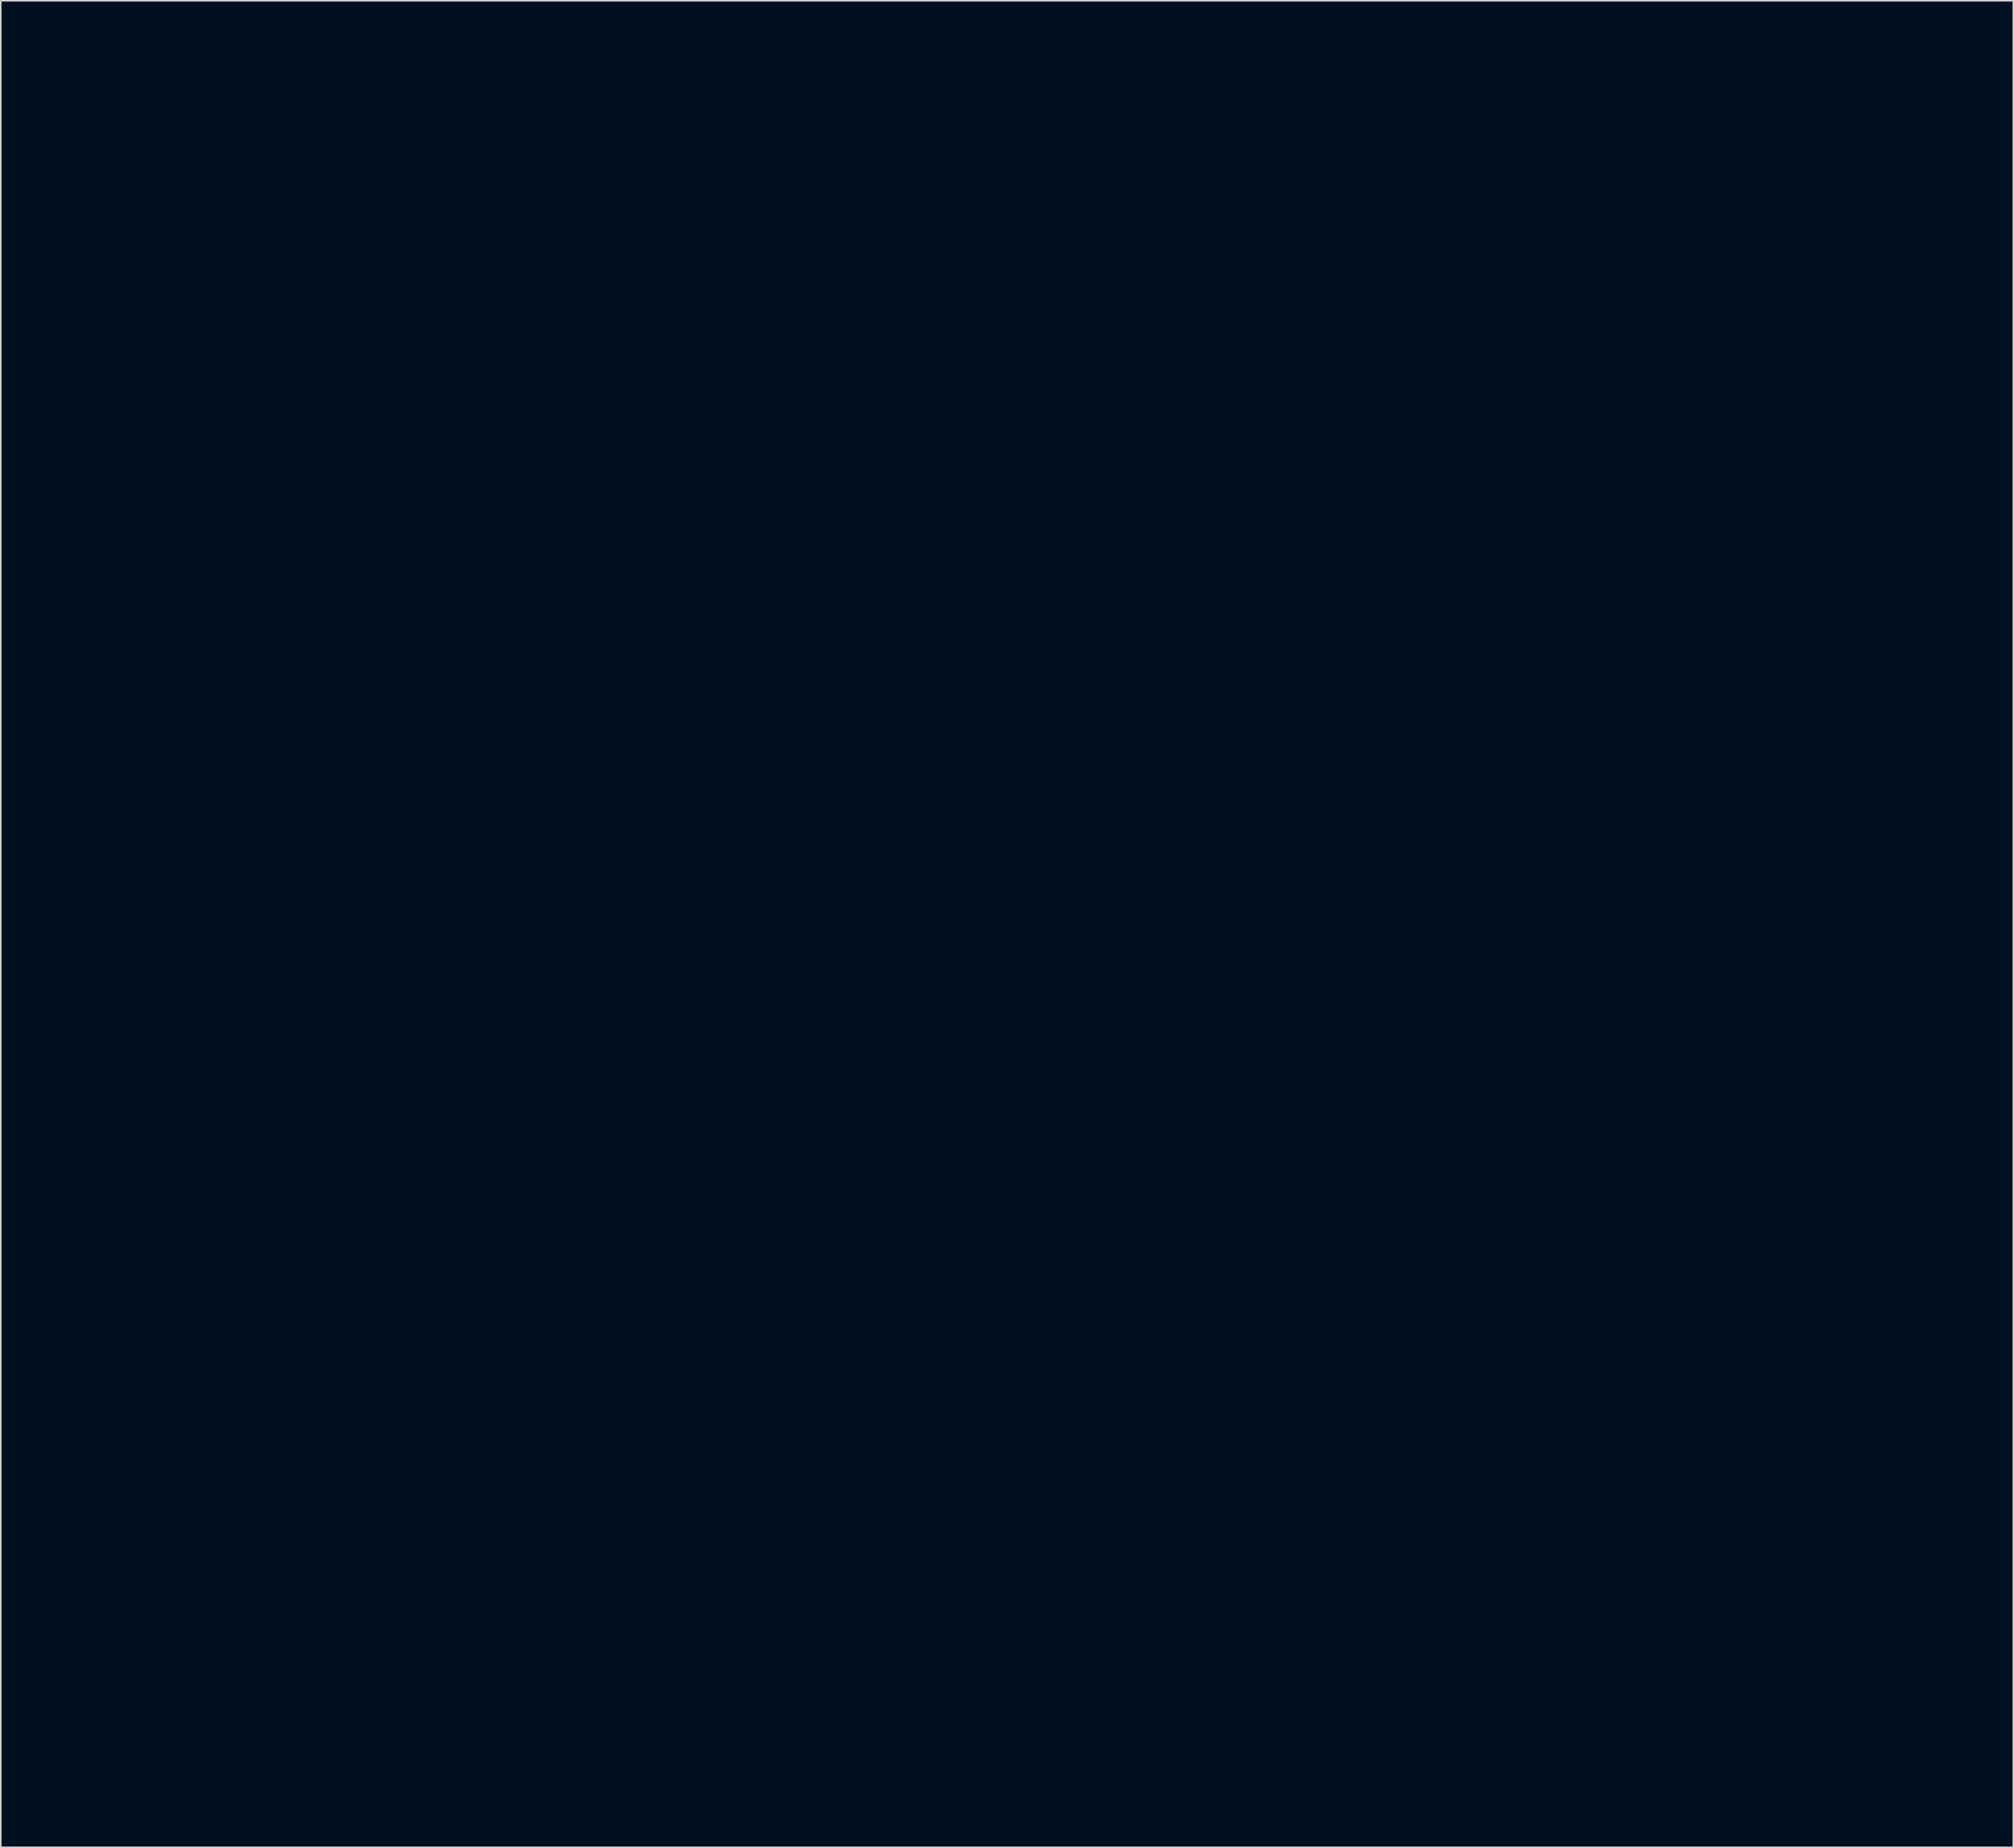
<source format=kicad_pcb>
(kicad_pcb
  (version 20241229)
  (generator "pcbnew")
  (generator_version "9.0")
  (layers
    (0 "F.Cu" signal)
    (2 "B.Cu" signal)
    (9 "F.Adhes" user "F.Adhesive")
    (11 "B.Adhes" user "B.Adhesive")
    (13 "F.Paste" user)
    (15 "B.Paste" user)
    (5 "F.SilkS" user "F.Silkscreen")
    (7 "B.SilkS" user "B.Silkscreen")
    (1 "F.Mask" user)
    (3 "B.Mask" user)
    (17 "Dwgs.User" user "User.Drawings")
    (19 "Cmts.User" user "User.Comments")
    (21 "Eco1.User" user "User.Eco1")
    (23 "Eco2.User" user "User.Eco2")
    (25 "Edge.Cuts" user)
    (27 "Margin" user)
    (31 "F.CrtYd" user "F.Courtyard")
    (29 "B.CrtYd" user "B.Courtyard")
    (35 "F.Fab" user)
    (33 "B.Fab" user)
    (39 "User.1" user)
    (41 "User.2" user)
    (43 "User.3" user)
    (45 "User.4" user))
  (footprint "copperoutlinesFMask"
    (layer "F.Cu")
    (at 62.617 57.27)
    (property "Reference" "copperoutlinesFMask" (at 0 0 0) (layer "F.Mask") (effects (font (size 1.524 1.524) (thickness 0.3))))
    (attr through_hole)
    (fp_poly (pts (xy 3.097 -3.589) (xy 4.794 -2.613) (xy 4.811 -0.005) (xy 4.813 0.557) (xy 4.813 1.076) (xy 4.811 1.541) (xy 4.807 1.937) (xy 4.801 2.252) (xy 4.793 2.472) (xy 4.784 2.585) (xy 4.779 2.597) (xy 4.715 2.564) (xy 4.553 2.475) (xy 4.306 2.336) (xy 3.984 2.154) (xy 3.6 1.935) (xy 3.166 1.686) (xy 2.694 1.415) (xy 2.524 1.317) (xy 0.318 0.045) (xy 0.318 -2.612) (xy 0.841 -2.598) (xy 1.365 -2.584) (xy 1.383 -3.574) (xy 1.4 -4.565) (xy 3.097 -3.589)) (stroke (width 0.01) (type solid)) (fill yes) (layer "F.Mask"))
    (fp_poly (pts (xy -0.396 2.554) (xy -0.392 3.033) (xy -0.39 3.47) (xy -0.39 3.848) (xy -0.391 4.152) (xy -0.394 4.366) (xy -0.398 4.475) (xy -0.4 4.485) (xy -0.468 4.498) (xy -0.636 4.515) (xy -0.875 4.535) (xy -1.075 4.549) (xy -1.728 4.592) (xy -1.706 5.578) (xy -1.683 6.565) (xy -3.08 7.381) (xy -3.47 7.608) (xy -3.832 7.819) (xy -4.149 8.003) (xy -4.404 8.15) (xy -4.58 8.251) (xy -4.651 8.291) (xy -4.826 8.385) (xy -4.826 5.796) (xy -4.826 3.207) (xy -2.619 1.926) (xy -0.413 0.645) (xy -0.396 2.554)) (stroke (width 0.01) (type solid)) (fill yes) (layer "F.Mask"))
    (fp_poly (pts (xy 5.824 3.967) (xy 5.95 4.038) (xy 6.17 4.163) (xy 6.471 4.335) (xy 6.836 4.544) (xy 7.252 4.783) (xy 7.702 5.041) (xy 8.079 5.257) (xy 10.033 6.38) (xy 10.033 8.302) (xy 10.031 8.781) (xy 10.027 9.216) (xy 10.021 9.592) (xy 10.012 9.893) (xy 10.002 10.105) (xy 9.99 10.21) (xy 9.985 10.22) (xy 9.917 10.188) (xy 9.759 10.102) (xy 9.532 9.974) (xy 9.255 9.814) (xy 9.081 9.713) (xy 8.782 9.54) (xy 8.52 9.392) (xy 8.315 9.282) (xy 8.187 9.219) (xy 8.157 9.208) (xy 8.096 9.259) (xy 7.995 9.396) (xy 7.872 9.591) (xy 7.839 9.648) (xy 7.587 10.089) (xy 5.556 8.907) (xy 5.54 6.352) (xy 5.523 3.798) (xy 5.824 3.967)) (stroke (width 0.01) (type solid)) (fill yes) (layer "F.Mask"))
    (fp_poly (pts (xy -5.525 6.202) (xy -5.526 8.795) (xy -6.53 9.382) (xy -6.853 9.569) (xy -7.14 9.732) (xy -7.373 9.859) (xy -7.532 9.942) (xy -7.598 9.97) (xy -7.657 9.918) (xy -7.755 9.78) (xy -7.873 9.583) (xy -7.905 9.526) (xy -8.149 9.082) (xy -9.052 9.557) (xy -9.36 9.718) (xy -9.628 9.856) (xy -9.836 9.96) (xy -9.964 10.021) (xy -9.995 10.033) (xy -10.005 9.972) (xy -10.012 9.8) (xy -10.018 9.531) (xy -10.021 9.182) (xy -10.021 8.768) (xy -10.019 8.305) (xy -10.018 8.119) (xy -10.001 6.206) (xy -8.109 5.106) (xy -7.647 4.837) (xy -7.205 4.581) (xy -6.798 4.345) (xy -6.444 4.14) (xy -6.157 3.974) (xy -5.954 3.856) (xy -5.871 3.808) (xy -5.524 3.61) (xy -5.525 6.202)) (stroke (width 0.01) (type solid)) (fill yes) (layer "F.Mask"))
    (fp_poly (pts (xy 0.425 0.938) (xy 0.552 0.99) (xy 0.742 1.083) (xy 1.003 1.221) (xy 1.344 1.409) (xy 1.774 1.65) (xy 2.3 1.949) (xy 2.587 2.114) (xy 4.826 3.397) (xy 4.826 5.953) (xy 4.825 6.509) (xy 4.824 7.022) (xy 4.823 7.481) (xy 4.821 7.871) (xy 4.818 8.179) (xy 4.815 8.391) (xy 4.811 8.495) (xy 4.81 8.504) (xy 4.753 8.472) (xy 4.601 8.384) (xy 4.366 8.249) (xy 4.064 8.074) (xy 3.709 7.869) (xy 3.314 7.64) (xy 3.254 7.605) (xy 1.714 6.713) (xy 1.714 4.508) (xy 0.395 4.508) (xy 0.349 2.777) (xy 0.338 2.316) (xy 0.329 1.893) (xy 0.323 1.527) (xy 0.321 1.233) (xy 0.321 1.032) (xy 0.326 0.938) (xy 0.326 0.938) (xy 0.353 0.922) (xy 0.425 0.938)) (stroke (width 0.01) (type solid)) (fill yes) (layer "F.Mask"))
    (fp_poly (pts (xy -1.558 -4.636) (xy -1.543 -4.476) (xy -1.532 -4.23) (xy -1.526 -3.919) (xy -1.524 -3.657) (xy -1.524 -2.603) (xy -0.381 -2.603) (xy -0.381 -0.146) (xy -2.556 1.112) (xy -3.035 1.389) (xy -3.48 1.646) (xy -3.879 1.876) (xy -4.219 2.073) (xy -4.489 2.229) (xy -4.677 2.337) (xy -4.771 2.391) (xy -4.778 2.395) (xy -4.79 2.34) (xy -4.8 2.174) (xy -4.81 1.909) (xy -4.817 1.562) (xy -4.823 1.148) (xy -4.826 0.68) (xy -4.826 0.395) (xy -4.827 -0.132) (xy -4.831 -0.645) (xy -4.837 -1.123) (xy -4.844 -1.545) (xy -4.853 -1.891) (xy -4.863 -2.138) (xy -4.866 -2.198) (xy -4.906 -2.765) (xy -3.266 -3.716) (xy -2.851 -3.956) (xy -2.471 -4.176) (xy -2.141 -4.366) (xy -1.874 -4.519) (xy -1.684 -4.628) (xy -1.585 -4.683) (xy -1.574 -4.688) (xy -1.558 -4.636)) (stroke (width 0.01) (type solid)) (fill yes) (layer "F.Mask"))
    (fp_poly (pts (xy -3.029 10.741) (xy -2.544 11.018) (xy -2.095 11.275) (xy -1.693 11.506) (xy -1.349 11.702) (xy -1.077 11.859) (xy -0.886 11.968) (xy -0.79 12.024) (xy -0.78 12.029) (xy -0.83 12.062) (xy -0.976 12.15) (xy -1.204 12.285) (xy -1.5 12.46) (xy -1.85 12.665) (xy -2.239 12.894) (xy -2.655 13.137) (xy -3.083 13.388) (xy -3.509 13.636) (xy -3.919 13.875) (xy -4.299 14.096) (xy -4.635 14.291) (xy -4.913 14.452) (xy -5.12 14.57) (xy -5.241 14.638) (xy -5.266 14.651) (xy -5.328 14.624) (xy -5.486 14.541) (xy -5.727 14.409) (xy -6.038 14.237) (xy -6.404 14.031) (xy -6.811 13.8) (xy -7.004 13.69) (xy -8.707 12.715) (xy -7.766 12.225) (xy -7.45 12.059) (xy -7.172 11.91) (xy -6.954 11.791) (xy -6.813 11.711) (xy -6.773 11.684) (xy -6.779 11.611) (xy -6.84 11.457) (xy -6.944 11.249) (xy -7.007 11.137) (xy -7.132 10.917) (xy -7.227 10.745) (xy -7.278 10.646) (xy -7.283 10.631) (xy -7.227 10.598) (xy -7.078 10.511) (xy -6.855 10.382) (xy -6.574 10.219) (xy -6.268 10.042) (xy -5.265 9.462) (xy -3.029 10.741)) (stroke (width 0.01) (type solid)) (fill yes) (layer "F.Mask"))
    (fp_poly (pts (xy -1.663 7.595) (xy -1.643 7.811) (xy 0.036 7.811) (xy 0.545 7.81) (xy 0.94 7.807) (xy 1.237 7.802) (xy 1.448 7.793) (xy 1.587 7.779) (xy 1.669 7.761) (xy 1.707 7.736) (xy 1.714 7.71) (xy 1.742 7.634) (xy 1.77 7.631) (xy 1.856 7.674) (xy 2.027 7.769) (xy 2.264 7.903) (xy 2.548 8.066) (xy 2.859 8.246) (xy 3.179 8.433) (xy 3.489 8.615) (xy 3.77 8.782) (xy 4.003 8.921) (xy 4.169 9.024) (xy 4.25 9.077) (xy 4.254 9.082) (xy 4.201 9.12) (xy 4.053 9.213) (xy 3.823 9.352) (xy 3.525 9.53) (xy 3.175 9.737) (xy 2.786 9.966) (xy 2.372 10.208) (xy 1.948 10.454) (xy 1.529 10.697) (xy 1.128 10.929) (xy 0.759 11.14) (xy 0.438 11.323) (xy 0.178 11.469) (xy -0.006 11.57) (xy -0.1 11.617) (xy -0.108 11.62) (xy -0.173 11.589) (xy -0.335 11.502) (xy -0.583 11.365) (xy -0.905 11.184) (xy -1.288 10.968) (xy -1.721 10.722) (xy -2.19 10.454) (xy -2.312 10.384) (xy -2.79 10.11) (xy -3.233 9.854) (xy -3.63 9.624) (xy -3.968 9.427) (xy -4.235 9.269) (xy -4.419 9.159) (xy -4.509 9.103) (xy -4.515 9.099) (xy -4.475 9.055) (xy -4.339 8.957) (xy -4.121 8.815) (xy -3.833 8.636) (xy -3.49 8.429) (xy -3.123 8.214) (xy -1.683 7.38) (xy -1.663 7.595)) (stroke (width 0.01) (type solid)) (fill yes) (layer "F.Mask"))
    (fp_poly (pts (xy 5.059 9.536) (xy 5.222 9.619) (xy 5.451 9.742) (xy 5.725 9.893) (xy 6.023 10.06) (xy 6.321 10.229) (xy 6.6 10.391) (xy 6.838 10.531) (xy 7.012 10.638) (xy 7.101 10.7) (xy 7.103 10.702) (xy 7.139 10.762) (xy 7.126 10.854) (xy 7.056 11.004) (xy 6.965 11.165) (xy 6.74 11.549) (xy 7.64 12.07) (xy 7.943 12.245) (xy 8.204 12.397) (xy 8.406 12.515) (xy 8.529 12.587) (xy 8.559 12.605) (xy 8.515 12.642) (xy 8.375 12.73) (xy 8.156 12.863) (xy 7.874 13.03) (xy 7.545 13.222) (xy 7.184 13.431) (xy 6.808 13.646) (xy 6.431 13.86) (xy 6.071 14.063) (xy 5.744 14.247) (xy 5.464 14.4) (xy 5.248 14.516) (xy 5.111 14.585) (xy 5.072 14.6) (xy 4.999 14.567) (xy 4.829 14.478) (xy 4.574 14.339) (xy 4.246 14.156) (xy 3.857 13.937) (xy 3.42 13.688) (xy 2.947 13.417) (xy 2.804 13.334) (xy 2.325 13.058) (xy 1.882 12.801) (xy 1.485 12.57) (xy 1.147 12.374) (xy 0.88 12.218) (xy 0.696 12.109) (xy 0.606 12.055) (xy 0.599 12.05) (xy 0.646 12.014) (xy 0.788 11.923) (xy 1.013 11.786) (xy 1.306 11.61) (xy 1.653 11.405) (xy 2.039 11.178) (xy 2.451 10.937) (xy 2.875 10.692) (xy 3.295 10.449) (xy 3.699 10.217) (xy 4.072 10.004) (xy 4.399 9.819) (xy 4.667 9.669) (xy 4.862 9.564) (xy 4.969 9.511) (xy 4.984 9.506) (xy 5.059 9.536)) (stroke (width 0.01) (type solid)) (fill yes) (layer "F.Mask"))
    (fp_poly (pts (xy 15.623 -57.258) (xy 15.712 -57.226) (xy 15.847 -57.166) (xy 16.032 -57.075) (xy 16.274 -56.948) (xy 16.578 -56.783) (xy 16.952 -56.576) (xy 17.399 -56.325) (xy 17.928 -56.026) (xy 18.542 -55.675) (xy 19.249 -55.27) (xy 20.054 -54.807) (xy 20.907 -54.316) (xy 21.655 -53.884) (xy 22.372 -53.468) (xy 23.053 -53.073) (xy 23.688 -52.703) (xy 24.27 -52.363) (xy 24.791 -52.057) (xy 25.243 -51.79) (xy 25.618 -51.567) (xy 25.908 -51.392) (xy 26.106 -51.27) (xy 26.203 -51.206) (xy 26.21 -51.2) (xy 26.352 -51.06) (xy 26.352 -44.99) (xy 26.352 -38.92) (xy 26.208 -38.78) (xy 26.133 -38.728) (xy 25.956 -38.618) (xy 25.684 -38.454) (xy 25.326 -38.241) (xy 24.89 -37.983) (xy 24.384 -37.686) (xy 23.816 -37.354) (xy 23.193 -36.991) (xy 22.524 -36.603) (xy 21.817 -36.193) (xy 21.08 -35.767) (xy 21.001 -35.722) (xy 15.938 -32.805) (xy 15.94 -26.991) (xy 15.941 -21.177) (xy 23.512 -16.811) (xy 24.42 -16.288) (xy 25.299 -15.781) (xy 26.144 -15.293) (xy 26.947 -14.83) (xy 27.703 -14.393) (xy 28.405 -13.988) (xy 29.046 -13.618) (xy 29.621 -13.286) (xy 30.121 -12.997) (xy 30.541 -12.754) (xy 30.875 -12.561) (xy 31.115 -12.421) (xy 31.256 -12.339) (xy 31.29 -12.32) (xy 31.496 -12.194) (xy 31.499 -3.192) (xy 31.502 5.81) (xy 36.553 8.719) (xy 41.604 11.627) (xy 46.693 8.69) (xy 47.435 8.262) (xy 48.148 7.853) (xy 48.824 7.466) (xy 49.456 7.107) (xy 50.034 6.779) (xy 50.552 6.487) (xy 51.001 6.236) (xy 51.373 6.03) (xy 51.66 5.874) (xy 51.855 5.772) (xy 51.949 5.728) (xy 51.954 5.727) (xy 52.006 5.735) (xy 52.103 5.771) (xy 52.249 5.839) (xy 52.451 5.941) (xy 52.714 6.08) (xy 53.045 6.26) (xy 53.447 6.484) (xy 53.929 6.755) (xy 54.494 7.076) (xy 55.149 7.45) (xy 55.9 7.881) (xy 56.752 8.372) (xy 57.162 8.608) (xy 57.902 9.035) (xy 58.615 9.447) (xy 59.292 9.838) (xy 59.925 10.204) (xy 60.505 10.54) (xy 61.026 10.841) (xy 61.477 11.103) (xy 61.852 11.321) (xy 62.142 11.49) (xy 62.339 11.605) (xy 62.434 11.662) (xy 62.437 11.664) (xy 62.675 11.813) (xy 62.659 18.019) (xy 62.643 24.224) (xy 54.881 28.701) (xy 47.12 33.179) (xy 47.118 42.132) (xy 47.117 43.189) (xy 47.116 44.212) (xy 47.114 45.193) (xy 47.111 46.125) (xy 47.108 47.001) (xy 47.105 47.814) (xy 47.101 48.556) (xy 47.096 49.22) (xy 47.091 49.799) (xy 47.086 50.285) (xy 47.081 50.673) (xy 47.075 50.953) (xy 47.07 51.119) (xy 47.065 51.165) (xy 46.998 51.215) (xy 46.831 51.322) (xy 46.571 51.481) (xy 46.229 51.686) (xy 45.814 51.932) (xy 45.334 52.213) (xy 44.8 52.524) (xy 44.221 52.861) (xy 43.606 53.216) (xy 42.964 53.586) (xy 42.305 53.965) (xy 41.638 54.347) (xy 40.972 54.728) (xy 40.316 55.101) (xy 39.681 55.462) (xy 39.075 55.805) (xy 38.507 56.125) (xy 37.987 56.417) (xy 37.524 56.674) (xy 37.128 56.893) (xy 36.807 57.067) (xy 36.571 57.191) (xy 36.43 57.26) (xy 36.394 57.273) (xy 36.312 57.241) (xy 36.126 57.148) (xy 35.841 56.996) (xy 35.463 56.789) (xy 34.998 56.531) (xy 34.451 56.223) (xy 33.827 55.87) (xy 33.132 55.474) (xy 32.371 55.038) (xy 31.55 54.565) (xy 30.988 54.241) (xy 25.749 51.213) (xy 25.686 39.179) (xy 20.681 36.29) (xy 19.948 35.867) (xy 19.247 35.463) (xy 18.584 35.082) (xy 17.968 34.729) (xy 17.407 34.407) (xy 16.908 34.123) (xy 16.479 33.879) (xy 16.129 33.68) (xy 15.864 33.531) (xy 15.693 33.437) (xy 15.624 33.401) (xy 15.623 33.401) (xy 15.562 33.432) (xy 15.398 33.523) (xy 15.137 33.671) (xy 14.785 33.871) (xy 14.347 34.121) (xy 13.831 34.416) (xy 13.243 34.753) (xy 12.589 35.128) (xy 11.875 35.538) (xy 11.108 35.98) (xy 10.293 36.449) (xy 9.437 36.942) (xy 8.547 37.455) (xy 7.87 37.846) (xy 6.957 38.373) (xy 6.073 38.881) (xy 5.224 39.369) (xy 4.417 39.831) (xy 3.658 40.265) (xy 2.953 40.667) (xy 2.309 41.033) (xy 1.732 41.359) (xy 1.229 41.643) (xy 0.805 41.88) (xy 0.468 42.066) (xy 0.223 42.199) (xy 0.077 42.274) (xy 0.036 42.291) (xy -0.034 42.26) (xy -0.207 42.168) (xy -0.478 42.021) (xy -0.84 41.82) (xy -1.286 41.57) (xy -1.81 41.275) (xy -2.406 40.937) (xy -3.067 40.562) (xy -3.787 40.151) (xy -4.56 39.709) (xy -5.38 39.239) (xy -6.239 38.746) (xy -7.132 38.232) (xy -7.806 37.843) (xy -8.719 37.317) (xy -9.602 36.809) (xy -10.449 36.322) (xy -11.253 35.861) (xy -12.009 35.428) (xy -12.711 35.028) (xy -13.351 34.663) (xy -13.923 34.338) (xy -14.422 34.056) (xy -14.841 33.821) (xy -15.174 33.635) (xy -15.414 33.504) (xy -15.555 33.43) (xy -15.592 33.414) (xy -15.657 33.448) (xy -15.824 33.541) (xy -16.085 33.688) (xy -16.433 33.886) (xy -16.859 34.129) (xy -17.356 34.413) (xy -17.915 34.734) (xy -18.529 35.087) (xy -19.19 35.467) (xy -19.89 35.87) (xy -20.621 36.292) (xy -20.662 36.316) (xy -25.654 39.198) (xy -25.654 45.182) (xy -25.654 46.231) (xy -25.655 47.159) (xy -25.657 47.972) (xy -25.66 48.678) (xy -25.664 49.283) (xy -25.668 49.792) (xy -25.674 50.213) (xy -25.681 50.551) (xy -25.69 50.813) (xy -25.699 51.006) (xy -25.71 51.135) (xy -25.723 51.208) (xy -25.733 51.229) (xy -25.799 51.269) (xy -25.966 51.368) (xy -26.229 51.522) (xy -26.578 51.725) (xy -27.006 51.974) (xy -27.505 52.264) (xy -28.068 52.59) (xy -28.687 52.949) (xy -29.354 53.334) (xy -30.062 53.743) (xy -30.802 54.17) (xy -31 54.285) (xy -31.969 54.843) (xy -32.833 55.339) (xy -33.593 55.773) (xy -34.255 56.148) (xy -34.819 56.466) (xy -35.291 56.728) (xy -35.674 56.937) (xy -35.97 57.093) (xy -36.182 57.2) (xy -36.315 57.258) (xy -36.366 57.271) (xy -36.453 57.238) (xy -36.646 57.142) (xy -36.941 56.985) (xy -37.335 56.77) (xy -37.824 56.498) (xy -38.404 56.171) (xy -39.073 55.791) (xy -39.825 55.361) (xy -40.659 54.882) (xy -41.57 54.356) (xy -41.683 54.291) (xy -42.428 53.859) (xy -43.142 53.445) (xy -43.819 53.052) (xy -44.45 52.684) (xy -45.028 52.347) (xy -45.544 52.045) (xy -45.992 51.783) (xy -46.362 51.565) (xy -46.647 51.396) (xy -46.84 51.28) (xy -46.932 51.222) (xy -46.938 51.218) (xy -46.954 51.2) (xy -46.968 51.172) (xy -46.981 51.127) (xy -46.993 51.058) (xy -47.003 50.961) (xy -47.013 50.828) (xy -47.02 50.653) (xy -47.027 50.431) (xy -47.033 50.154) (xy -47.038 49.817) (xy -47.042 49.413) (xy -47.046 48.936) (xy -47.048 48.381) (xy -47.05 47.74) (xy -47.052 47.007) (xy -47.053 46.177) (xy -47.054 45.243) (xy -47.054 44.198) (xy -47.055 43.038) (xy -47.055 42.149) (xy -47.056 33.179) (xy -62.579 24.222) (xy -62.595 18.017) (xy -62.611 12.206) (xy -62.039 12.206) (xy -62.039 23.79) (xy -54.404 28.194) (xy -53.493 28.719) (xy -52.611 29.229) (xy -51.763 29.718) (xy -50.958 30.183) (xy -50.199 30.622) (xy -49.496 31.029) (xy -48.853 31.401) (xy -48.277 31.735) (xy -47.774 32.027) (xy -47.352 32.272) (xy -47.016 32.468) (xy -46.774 32.61) (xy -46.63 32.695) (xy -46.593 32.718) (xy -46.419 32.838) (xy -46.387 50.823) (xy -41.37 53.723) (xy -40.504 54.223) (xy -39.742 54.663) (xy -39.076 55.046) (xy -38.5 55.377) (xy -38.007 55.657) (xy -37.591 55.892) (xy -37.245 56.084) (xy -36.963 56.238) (xy -36.738 56.357) (xy -36.563 56.445) (xy -36.432 56.504) (xy -36.338 56.54) (xy -36.275 56.555) (xy -36.236 56.553) (xy -36.227 56.549) (xy -36.154 56.507) (xy -35.979 56.406) (xy -35.71 56.251) (xy -35.356 56.047) (xy -34.925 55.798) (xy -34.426 55.51) (xy -33.866 55.187) (xy -33.253 54.834) (xy -32.596 54.455) (xy -31.904 54.056) (xy -31.385 53.757) (xy -30.675 53.347) (xy -29.997 52.955) (xy -29.36 52.585) (xy -28.771 52.243) (xy -28.239 51.932) (xy -27.771 51.657) (xy -27.375 51.424) (xy -27.059 51.236) (xy -26.832 51.099) (xy -26.701 51.017) (xy -26.67 50.995) (xy -26.724 50.957) (xy -26.88 50.861) (xy -27.13 50.71) (xy -27.468 50.51) (xy -27.884 50.265) (xy -28.372 49.98) (xy -28.922 49.658) (xy -29.529 49.305) (xy -30.183 48.925) (xy -30.878 48.523) (xy -31.605 48.103) (xy -31.607 48.102) (xy -32.335 47.681) (xy -33.032 47.278) (xy -33.689 46.897) (xy -34.3 46.542) (xy -34.855 46.218) (xy -35.347 45.93) (xy -35.769 45.682) (xy -36.112 45.479) (xy -36.369 45.325) (xy -36.531 45.226) (xy -36.591 45.185) (xy -36.598 45.113) (xy -36.604 44.923) (xy -36.61 44.623) (xy -36.616 44.223) (xy -36.621 43.731) (xy -36.625 43.156) (xy -36.63 42.506) (xy -36.633 41.791) (xy -36.636 41.019) (xy -36.637 40.199) (xy -36.638 39.34) (xy -36.639 38.983) (xy -36.639 37.961) (xy -36.638 37.059) (xy -36.638 36.269) (xy -36.636 35.584) (xy -36.634 34.995) (xy -36.632 34.495) (xy -36.628 34.077) (xy -36.623 33.734) (xy -36.617 33.457) (xy -36.609 33.239) (xy -36.606 33.177) (xy -36.005 33.177) (xy -36.005 44.818) (xy -26.321 50.406) (xy -26.289 44.636) (xy -26.283 43.637) (xy -26.278 42.757) (xy -26.272 41.988) (xy -26.267 41.325) (xy -26.261 40.758) (xy -26.254 40.281) (xy -26.247 39.885) (xy -26.239 39.564) (xy -26.23 39.31) (xy -26.22 39.115) (xy -26.209 38.972) (xy -26.196 38.874) (xy -26.181 38.812) (xy -26.165 38.78) (xy -26.162 38.776) (xy -26.084 38.723) (xy -25.906 38.613) (xy -25.638 38.451) (xy -25.288 38.245) (xy -24.866 37.997) (xy -24.382 37.715) (xy -23.845 37.403) (xy -23.263 37.067) (xy -22.647 36.711) (xy -22.005 36.342) (xy -21.348 35.964) (xy -20.683 35.583) (xy -20.021 35.205) (xy -19.371 34.833) (xy -18.741 34.475) (xy -18.142 34.135) (xy -17.583 33.819) (xy -17.073 33.531) (xy -16.621 33.278) (xy -16.237 33.064) (xy -15.929 32.894) (xy -15.708 32.775) (xy -15.582 32.712) (xy -15.557 32.703) (xy -15.487 32.734) (xy -15.313 32.825) (xy -15.043 32.973) (xy -14.681 33.173) (xy -14.235 33.423) (xy -13.711 33.719) (xy -13.115 34.056) (xy -12.454 34.432) (xy -11.733 34.843) (xy -10.96 35.285) (xy -10.141 35.755) (xy -9.281 36.248) (xy -8.388 36.763) (xy -7.71 37.154) (xy -6.671 37.753) (xy -5.689 38.318) (xy -4.768 38.846) (xy -3.913 39.335) (xy -3.128 39.783) (xy -2.417 40.187) (xy -1.786 40.544) (xy -1.238 40.852) (xy -0.777 41.108) (xy -0.409 41.31) (xy -0.138 41.456) (xy 0.033 41.543) (xy 0.098 41.568) (xy 0.163 41.533) (xy 0.332 41.437) (xy 0.599 41.286) (xy 0.956 41.082) (xy 1.398 40.828) (xy 1.918 40.53) (xy 2.51 40.19) (xy 3.167 39.812) (xy 3.884 39.399) (xy 4.653 38.956) (xy 5.469 38.485) (xy 6.326 37.992) (xy 7.216 37.478) (xy 7.841 37.117) (xy 8.751 36.593) (xy 9.632 36.086) (xy 10.478 35.6) (xy 11.282 35.139) (xy 12.038 34.708) (xy 12.739 34.308) (xy 13.38 33.944) (xy 13.953 33.62) (xy 14.453 33.338) (xy 14.872 33.104) (xy 15.206 32.92) (xy 15.446 32.79) (xy 15.587 32.717) (xy 15.624 32.703) (xy 15.693 32.733) (xy 15.864 32.823) (xy 16.125 32.965) (xy 16.469 33.155) (xy 16.885 33.388) (xy 17.365 33.658) (xy 17.898 33.959) (xy 18.477 34.287) (xy 19.091 34.636) (xy 19.731 35.001) (xy 20.387 35.376) (xy 21.052 35.756) (xy 21.714 36.137) (xy 22.366 36.511) (xy 22.997 36.875) (xy 23.598 37.222) (xy 24.161 37.548) (xy 24.675 37.847) (xy 25.131 38.114) (xy 25.521 38.344) (xy 25.835 38.53) (xy 26.063 38.669) (xy 26.196 38.754) (xy 26.226 38.776) (xy 26.242 38.804) (xy 26.257 38.86) (xy 26.27 38.952) (xy 26.282 39.086) (xy 26.292 39.271) (xy 26.301 39.514) (xy 26.309 39.823) (xy 26.316 40.205) (xy 26.323 40.667) (xy 26.329 41.217) (xy 26.335 41.863) (xy 26.34 42.613) (xy 26.346 43.472) (xy 26.351 44.45) (xy 26.352 44.638) (xy 26.384 50.409) (xy 36.036 44.839) (xy 36.069 33.173) (xy 25.898 27.302) (xy 24.848 26.696) (xy 23.827 26.107) (xy 22.839 25.539) (xy 21.892 24.994) (xy 20.99 24.476) (xy 20.139 23.988) (xy 19.343 23.532) (xy 18.61 23.113) (xy 17.944 22.733) (xy 17.351 22.395) (xy 16.835 22.103) (xy 16.404 21.859) (xy 16.061 21.667) (xy 15.814 21.53) (xy 15.666 21.451) (xy 15.624 21.431) (xy 15.557 21.462) (xy 15.387 21.554) (xy 15.12 21.701) (xy 14.762 21.902) (xy 14.319 22.151) (xy 13.798 22.446) (xy 13.206 22.783) (xy 12.548 23.158) (xy 11.831 23.568) (xy 11.062 24.009) (xy 10.246 24.478) (xy 9.39 24.97) (xy 8.5 25.482) (xy 7.887 25.836) (xy 6.783 26.473) (xy 5.784 27.051) (xy 4.886 27.57) (xy 4.085 28.035) (xy 3.375 28.449) (xy 2.751 28.813) (xy 2.21 29.131) (xy 1.746 29.405) (xy 1.355 29.639) (xy 1.031 29.835) (xy 0.771 29.995) (xy 0.57 30.124) (xy 0.422 30.223) (xy 0.323 30.295) (xy 0.269 30.343) (xy 0.254 30.368) (xy 0.239 30.455) (xy 0.176 30.43) (xy 0.157 30.415) (xy 0.046 30.367) (xy -0.097 30.406) (xy -0.21 30.446) (xy -0.251 30.406) (xy -0.255 30.336) (xy -0.269 30.3) (xy -0.313 30.251) (xy -0.396 30.183) (xy -0.524 30.092) (xy -0.705 29.973) (xy -0.946 29.824) (xy -1.253 29.638) (xy -1.635 29.411) (xy -2.097 29.14) (xy -2.649 28.82) (xy -3.295 28.446) (xy -4.045 28.014) (xy -4.113 27.975) (xy -4.901 27.52) (xy -5.771 27.019) (xy -6.697 26.486) (xy -7.653 25.934) (xy -8.616 25.379) (xy -9.558 24.835) (xy -10.456 24.316) (xy -11.285 23.838) (xy -11.74 23.574) (xy -12.375 23.208) (xy -12.979 22.862) (xy -13.542 22.54) (xy -14.056 22.249) (xy -14.511 21.993) (xy -14.898 21.777) (xy -15.208 21.606) (xy -15.432 21.486) (xy -15.561 21.422) (xy -15.59 21.412) (xy -15.652 21.446) (xy -15.819 21.539) (xy -16.084 21.69) (xy -16.444 21.895) (xy -16.891 22.151) (xy -17.421 22.455) (xy -18.028 22.804) (xy -18.707 23.194) (xy -19.452 23.623) (xy -20.258 24.086) (xy -21.119 24.582) (xy -22.029 25.107) (xy -22.985 25.658) (xy -23.979 26.232) (xy -25.006 26.825) (xy -25.836 27.304) (xy -36.005 33.177) (xy -36.606 33.177) (xy -36.6 33.073) (xy -36.589 32.951) (xy -36.577 32.866) (xy -36.563 32.81) (xy -36.546 32.775) (xy -36.528 32.755) (xy -36.452 32.705) (xy -36.273 32.596) (xy -35.998 32.433) (xy -35.634 32.219) (xy -35.186 31.957) (xy -34.662 31.651) (xy -34.068 31.306) (xy -33.411 30.925) (xy -32.697 30.511) (xy -31.932 30.069) (xy -31.124 29.603) (xy -30.279 29.115) (xy -29.404 28.61) (xy -28.504 28.092) (xy -27.587 27.564) (xy -26.659 27.03) (xy -25.727 26.494) (xy -24.796 25.96) (xy -23.875 25.431) (xy -22.969 24.911) (xy -22.085 24.405) (xy -21.23 23.915) (xy -20.409 23.445) (xy -19.63 23) (xy -18.899 22.583) (xy -18.223 22.197) (xy -17.608 21.848) (xy -17.061 21.537) (xy -16.588 21.27) (xy -16.196 21.049) (xy -15.892 20.879) (xy -15.681 20.764) (xy -15.572 20.707) (xy -15.557 20.701) (xy -15.475 20.732) (xy -15.296 20.82) (xy -15.031 20.959) (xy -14.693 21.142) (xy -14.294 21.363) (xy -13.846 21.615) (xy -13.361 21.891) (xy -13.094 22.043) (xy -12.597 22.33) (xy -12.134 22.596) (xy -11.715 22.837) (xy -11.354 23.045) (xy -11.061 23.214) (xy -10.849 23.336) (xy -10.729 23.405) (xy -10.706 23.418) (xy -10.697 23.361) (xy -10.689 23.184) (xy -10.683 22.894) (xy -10.678 22.497) (xy -10.674 22) (xy -10.672 21.41) (xy -10.672 21.186) (xy -10.096 21.186) (xy -10.096 23.844) (xy -7.826 25.158) (xy -7.335 25.442) (xy -6.877 25.704) (xy -6.463 25.939) (xy -6.106 26.14) (xy -5.817 26.299) (xy -5.608 26.412) (xy -5.492 26.469) (xy -5.473 26.476) (xy -5.453 26.457) (xy -5.437 26.39) (xy -5.425 26.265) (xy -5.417 26.073) (xy -5.413 25.803) (xy -5.414 25.445) (xy -5.417 24.989) (xy -5.424 24.425) (xy -5.434 23.828) (xy -5.436 23.704) (xy -4.951 23.704) (xy -4.95 24.139) (xy -4.948 26.829) (xy -2.565 28.194) (xy -2.06 28.485) (xy -1.587 28.759) (xy -1.157 29.011) (xy -0.784 29.232) (xy -0.478 29.415) (xy -0.251 29.555) (xy -0.116 29.643) (xy -0.084 29.668) (xy -0.016 29.727) (xy 0.056 29.726) (xy 0.168 29.656) (xy 0.245 29.597) (xy 0.35 29.527) (xy 0.552 29.401) (xy 0.838 29.228) (xy 1.195 29.016) (xy 1.609 28.772) (xy 2.067 28.505) (xy 2.556 28.222) (xy 2.715 28.131) (xy 4.953 26.843) (xy 4.953 24.938) (xy 5.41 24.938) (xy 5.412 25.415) (xy 5.416 25.825) (xy 5.422 26.154) (xy 5.429 26.39) (xy 5.438 26.519) (xy 5.444 26.54) (xy 5.508 26.509) (xy 5.669 26.42) (xy 5.918 26.28) (xy 6.24 26.097) (xy 6.627 25.875) (xy 7.064 25.623) (xy 7.542 25.347) (xy 7.811 25.191) (xy 10.128 23.844) (xy 10.145 21.122) (xy 10.148 20.441) (xy 10.149 19.878) (xy 10.148 19.423) (xy 10.144 19.066) (xy 10.137 18.799) (xy 10.127 18.612) (xy 10.114 18.495) (xy 10.097 18.44) (xy 10.081 18.433) (xy 10.011 18.471) (xy 9.842 18.566) (xy 9.588 18.712) (xy 9.26 18.901) (xy 8.87 19.126) (xy 8.43 19.381) (xy 7.951 19.659) (xy 7.715 19.796) (xy 5.429 21.127) (xy 5.413 23.835) (xy 5.41 24.407) (xy 5.41 24.938) (xy 4.953 24.938) (xy 4.953 21.392) (xy 4.584 21.602) (xy 4.442 21.683) (xy 4.206 21.819) (xy 3.892 22) (xy 3.513 22.218) (xy 3.087 22.464) (xy 2.628 22.729) (xy 2.237 22.955) (xy 0.258 24.098) (xy 0.254 25.654) (xy 0.079 25.653) (xy -0.054 25.645) (xy -0.147 25.607) (xy -0.206 25.521) (xy -0.24 25.365) (xy -0.258 25.12) (xy -0.268 24.83) (xy -0.286 24.105) (xy -2.54 22.81) (xy -3.03 22.529) (xy -3.487 22.267) (xy -3.899 22.032) (xy -4.254 21.83) (xy -4.54 21.668) (xy -4.745 21.552) (xy -4.857 21.49) (xy -4.874 21.482) (xy -4.894 21.498) (xy -4.91 21.57) (xy -4.923 21.708) (xy -4.934 21.921) (xy -4.941 22.217) (xy -4.946 22.607) (xy -4.949 23.1) (xy -4.951 23.704) (xy -5.436 23.704) (xy -5.444 23.26) (xy -5.455 22.732) (xy -5.467 22.256) (xy -5.479 21.848) (xy -5.491 21.519) (xy -5.502 21.284) (xy -5.512 21.156) (xy -5.516 21.137) (xy -5.58 21.096) (xy -5.709 21.018) (xy -4.694 21.018) (xy -4.641 21.059) (xy -4.49 21.153) (xy -4.257 21.293) (xy -3.954 21.471) (xy -3.596 21.678) (xy -3.196 21.908) (xy -2.769 22.152) (xy -2.329 22.402) (xy -1.89 22.65) (xy -1.464 22.889) (xy -1.068 23.11) (xy -0.713 23.306) (xy -0.415 23.469) (xy -0.188 23.59) (xy -0.044 23.662) (xy 0 23.68) (xy 0.074 23.648) (xy 0.245 23.559) (xy 0.502 23.419) (xy 0.831 23.234) (xy 1.222 23.012) (xy 1.662 22.76) (xy 2.139 22.483) (xy 2.349 22.361) (xy 2.835 22.076) (xy 3.284 21.809) (xy 3.685 21.568) (xy 4.028 21.359) (xy 4.299 21.19) (xy 4.489 21.068) (xy 4.585 20.999) (xy 4.595 20.987) (xy 4.54 20.944) (xy 4.386 20.846) (xy 4.144 20.698) (xy 3.827 20.508) (xy 3.445 20.283) (xy 3.01 20.029) (xy 2.534 19.753) (xy 2.283 19.609) (xy -0.019 18.287) (xy -2.357 19.637) (xy -2.852 19.924) (xy -3.312 20.191) (xy -3.724 20.432) (xy -4.078 20.641) (xy -4.362 20.811) (xy -4.566 20.934) (xy -4.677 21.004) (xy -4.694 21.018) (xy -5.709 21.018) (xy -5.739 21.001) (xy -5.98 20.86) (xy -6.288 20.681) (xy -6.648 20.472) (xy -7.048 20.242) (xy -7.471 19.998) (xy -7.904 19.75) (xy -8.332 19.505) (xy -8.741 19.272) (xy -9.116 19.058) (xy -9.444 18.873) (xy -9.708 18.724) (xy -9.896 18.62) (xy -9.993 18.568) (xy -10.001 18.565) (xy -10.024 18.568) (xy -10.044 18.602) (xy -10.059 18.68) (xy -10.072 18.811) (xy -10.081 19.007) (xy -10.088 19.278) (xy -10.092 19.635) (xy -10.095 20.088) (xy -10.096 20.649) (xy -10.096 21.186) (xy -10.672 21.186) (xy -10.671 20.735) (xy -10.672 19.979) (xy -10.674 19.152) (xy -10.678 18.258) (xy -10.68 17.869) (xy -10.684 17.043) (xy -10.687 16.258) (xy -10.688 15.522) (xy -10.689 14.844) (xy -10.688 14.232) (xy -10.686 13.696) (xy -10.683 13.243) (xy -10.679 12.884) (xy -10.674 12.625) (xy -10.668 12.477) (xy -10.661 12.446) (xy -10.63 12.534) (xy -10.619 12.513) (xy -10.624 12.384) (xy -10.661 12.21) (xy -10.77 12.099) (xy -10.827 12.067) (xy -10.912 12.021) (xy -11.097 11.917) (xy -11.373 11.761) (xy -11.728 11.56) (xy -12.153 11.318) (xy -12.637 11.043) (xy -13.17 10.739) (xy -13.743 10.412) (xy -14.345 10.069) (xy -14.966 9.714) (xy -15.596 9.355) (xy -16.224 8.996) (xy -16.841 8.643) (xy -17.436 8.302) (xy -18 7.979) (xy -18.521 7.68) (xy -18.991 7.411) (xy -19.197 7.292) (xy -19.548 7.09) (xy -19.861 6.912) (xy -20.119 6.767) (xy -20.307 6.662) (xy -20.407 6.609) (xy -20.419 6.604) (xy -20.425 6.665) (xy -20.431 6.841) (xy -20.437 7.118) (xy -20.444 7.484) (xy -20.449 7.925) (xy -20.455 8.43) (xy -20.459 8.984) (xy -20.462 9.409) (xy -20.479 12.215) (xy -30.956 18.268) (xy -32.34 19.067) (xy -33.633 19.812) (xy -34.835 20.504) (xy -35.942 21.14) (xy -36.955 21.721) (xy -37.872 22.245) (xy -38.69 22.711) (xy -39.41 23.12) (xy -40.028 23.469) (xy -40.545 23.758) (xy -40.958 23.986) (xy -41.266 24.153) (xy -41.467 24.258) (xy -41.561 24.299) (xy -41.566 24.3) (xy -41.642 24.265) (xy -41.818 24.172) (xy -42.084 24.025) (xy -42.432 23.831) (xy -42.853 23.594) (xy -43.337 23.32) (xy -43.874 23.014) (xy -44.455 22.682) (xy -45.071 22.329) (xy -45.714 21.961) (xy -46.372 21.582) (xy -47.037 21.198) (xy -47.701 20.815) (xy -48.352 20.438) (xy -48.983 20.072) (xy -49.583 19.723) (xy -50.144 19.395) (xy -50.655 19.096) (xy -51.109 18.829) (xy -51.495 18.6) (xy -51.804 18.415) (xy -52.027 18.278) (xy -52.155 18.196) (xy -52.181 18.176) (xy -52.195 18.132) (xy -52.208 18.035) (xy -52.219 17.878) (xy -52.228 17.655) (xy -52.236 17.359) (xy -52.243 16.984) (xy -52.249 16.523) (xy -52.253 15.97) (xy -52.256 15.318) (xy -52.258 14.561) (xy -52.26 13.692) (xy -52.26 12.705) (xy -52.261 12.339) (xy -52.261 11.497) (xy -52.262 10.693) (xy -52.264 9.935) (xy -52.266 9.232) (xy -52.269 8.593) (xy -52.272 8.027) (xy -52.276 7.543) (xy -52.28 7.15) (xy -52.284 6.856) (xy -52.289 6.671) (xy -52.294 6.604) (xy -52.294 6.604) (xy -52.353 6.635) (xy -52.514 6.725) (xy -52.769 6.87) (xy -53.11 7.064) (xy -53.53 7.304) (xy -54.02 7.585) (xy -54.572 7.902) (xy -55.18 8.251) (xy -55.833 8.627) (xy -56.526 9.026) (xy -57.184 9.405) (xy -62.039 12.206) (xy -62.611 12.206) (xy -62.612 11.813) (xy -62.373 11.664) (xy -62.284 11.611) (xy -62.093 11.499) (xy -61.808 11.333) (xy -61.438 11.119) (xy -60.991 10.859) (xy -60.474 10.56) (xy -59.897 10.226) (xy -59.267 9.862) (xy -58.592 9.472) (xy -57.881 9.061) (xy -57.142 8.635) (xy -57.097 8.609) (xy -56.2 8.092) (xy -55.407 7.636) (xy -54.712 7.238) (xy -54.109 6.894) (xy -53.592 6.602) (xy -53.486 6.543) (xy -51.626 6.543) (xy -51.624 12.177) (xy -51.623 17.812) (xy -46.592 20.715) (xy -45.857 21.138) (xy -45.153 21.543) (xy -44.488 21.923) (xy -43.869 22.276) (xy -43.305 22.597) (xy -42.803 22.881) (xy -42.371 23.123) (xy -42.017 23.32) (xy -41.748 23.468) (xy -41.573 23.56) (xy -41.499 23.594) (xy -41.497 23.594) (xy -41.437 23.56) (xy -41.271 23.466) (xy -41.007 23.315) (xy -40.649 23.109) (xy -40.203 22.853) (xy -39.675 22.549) (xy -39.069 22.2) (xy -38.391 21.81) (xy -37.647 21.381) (xy -36.843 20.917) (xy -35.983 20.421) (xy -35.073 19.896) (xy -34.118 19.345) (xy -33.125 18.772) (xy -32.098 18.179) (xy -31.274 17.703) (xy -21.114 11.836) (xy -21.097 3.045) (xy -21.095 1.811) (xy -21.093 0.697) (xy -21.093 0.495) (xy -20.512 0.495) (xy -20.495 3.173) (xy -20.479 5.852) (xy -15.78 8.565) (xy -15.774 7.68) (xy -15.293 7.68) (xy -15.292 8.089) (xy -15.289 8.419) (xy -15.285 8.654) (xy -15.28 8.783) (xy -15.278 8.802) (xy -15.219 8.847) (xy -15.061 8.949) (xy -14.814 9.1) (xy -14.491 9.293) (xy -14.103 9.523) (xy -13.66 9.783) (xy -13.175 10.064) (xy -12.785 10.289) (xy -12.27 10.585) (xy -11.787 10.865) (xy -11.348 11.12) (xy -10.963 11.346) (xy -10.644 11.533) (xy -10.404 11.677) (xy -10.254 11.769) (xy -10.208 11.8) (xy -10.182 11.829) (xy -10.16 11.876) (xy -10.143 11.952) (xy -10.129 12.067) (xy -10.118 12.232) (xy -10.11 12.459) (xy -10.104 12.759) (xy -10.1 13.141) (xy -10.098 13.617) (xy -10.097 14.198) (xy -10.097 14.895) (xy -10.097 14.928) (xy -10.097 17.961) (xy -7.826 19.264) (xy -7.336 19.544) (xy -6.88 19.804) (xy -6.47 20.037) (xy -6.118 20.236) (xy -5.835 20.395) (xy -5.633 20.506) (xy -5.524 20.564) (xy -5.509 20.57) (xy -5.498 20.51) (xy -5.489 20.336) (xy -5.48 20.061) (xy -5.473 19.699) (xy -5.467 19.263) (xy -5.463 18.767) (xy -5.461 18.223) (xy -5.461 17.974) (xy -5.461 17.331) (xy -5.46 16.803) (xy -5.457 16.379) (xy -5.453 16.048) (xy -5.446 15.799) (xy -5.436 15.62) (xy -5.424 15.5) (xy -5.407 15.428) (xy -5.386 15.391) (xy -5.36 15.38) (xy -5.35 15.379) (xy -5.191 15.359) (xy -5.138 15.341) (xy -5.095 15.337) (xy -5.064 15.379) (xy -5.04 15.486) (xy -5.021 15.676) (xy -5.002 15.968) (xy -4.995 16.11) (xy -4.984 16.396) (xy -4.974 16.781) (xy -4.965 17.241) (xy -4.959 17.747) (xy -4.955 18.273) (xy -4.953 18.754) (xy -4.951 19.247) (xy -4.946 19.682) (xy -4.937 20.044) (xy -4.926 20.321) (xy -4.913 20.498) (xy -4.897 20.563) (xy -4.896 20.563) (xy -4.831 20.528) (xy -4.667 20.435) (xy -4.417 20.292) (xy -4.093 20.106) (xy -3.706 19.883) (xy -3.268 19.629) (xy -2.791 19.352) (xy -2.547 19.211) (xy -0.254 17.879) (xy -0.254 15.192) (xy -0.254 14.517) (xy -0.253 13.958) (xy -0.249 13.505) (xy -0.242 13.149) (xy -0.231 12.878) (xy -0.213 12.683) (xy -0.189 12.553) (xy -0.156 12.477) (xy -0.114 12.447) (xy -0.061 12.45) (xy 0.004 12.478) (xy 0.059 12.507) (xy 0.091 12.527) (xy 0.117 12.557) (xy 0.139 12.608) (xy 0.156 12.693) (xy 0.168 12.822) (xy 0.178 13.008) (xy 0.184 13.262) (xy 0.188 13.596) (xy 0.19 14.021) (xy 0.191 14.549) (xy 0.192 15.193) (xy 0.192 15.226) (xy 0.193 17.875) (xy 2.518 19.209) (xy 3.015 19.493) (xy 3.478 19.758) (xy 3.897 19.997) (xy 4.258 20.203) (xy 4.551 20.369) (xy 4.763 20.488) (xy 4.884 20.555) (xy 4.906 20.566) (xy 4.923 20.51) (xy 4.936 20.329) (xy 4.944 20.024) (xy 4.949 19.599) (xy 4.95 19.053) (xy 4.946 18.39) (xy 4.942 17.947) (xy 4.936 17.298) (xy 4.931 16.765) (xy 4.929 16.336) (xy 4.93 16.002) (xy 4.934 15.75) (xy 4.941 15.569) (xy 4.952 15.448) (xy 4.967 15.376) (xy 4.986 15.342) (xy 5.011 15.335) (xy 5.027 15.339) (xy 5.171 15.339) (xy 5.268 15.305) (xy 5.3 15.29) (xy 5.326 15.289) (xy 5.347 15.314) (xy 5.363 15.376) (xy 5.375 15.485) (xy 5.384 15.652) (xy 5.391 15.889) (xy 5.394 16.207) (xy 5.396 16.616) (xy 5.397 17.128) (xy 5.397 17.753) (xy 5.397 17.905) (xy 5.398 18.473) (xy 5.4 19) (xy 5.402 19.473) (xy 5.405 19.878) (xy 5.409 20.202) (xy 5.414 20.433) (xy 5.419 20.556) (xy 5.421 20.574) (xy 5.479 20.543) (xy 5.636 20.455) (xy 5.879 20.316) (xy 6.198 20.133) (xy 6.581 19.912) (xy 7.017 19.659) (xy 7.495 19.383) (xy 7.787 19.213) (xy 10.128 17.852) (xy 10.112 15.228) (xy 10.109 14.647) (xy 10.109 14.092) (xy 10.111 13.578) (xy 10.116 13.122) (xy 10.122 12.741) (xy 10.13 12.448) (xy 10.14 12.262) (xy 10.143 12.225) (xy 10.144 12.217) (xy 10.7 12.217) (xy 10.7 12.28) (xy 10.701 12.461) (xy 10.703 12.751) (xy 10.705 13.14) (xy 10.708 13.621) (xy 10.711 14.183) (xy 10.714 14.817) (xy 10.718 15.516) (xy 10.723 16.268) (xy 10.727 17.066) (xy 10.732 17.827) (xy 10.763 23.431) (xy 13.128 22.066) (xy 13.631 21.777) (xy 14.103 21.509) (xy 14.534 21.269) (xy 14.909 21.062) (xy 15.218 20.896) (xy 15.449 20.777) (xy 15.588 20.712) (xy 15.623 20.701) (xy 15.688 20.732) (xy 15.856 20.823) (xy 16.121 20.97) (xy 16.477 21.169) (xy 16.916 21.417) (xy 17.432 21.71) (xy 18.018 22.043) (xy 18.669 22.414) (xy 19.377 22.818) (xy 20.137 23.251) (xy 20.94 23.711) (xy 21.782 24.193) (xy 22.654 24.693) (xy 23.552 25.207) (xy 24.467 25.733) (xy 25.394 26.265) (xy 26.326 26.801) (xy 27.257 27.336) (xy 28.179 27.867) (xy 29.087 28.39) (xy 29.974 28.901) (xy 30.833 29.396) (xy 31.657 29.872) (xy 32.441 30.325) (xy 33.177 30.752) (xy 33.859 31.147) (xy 34.481 31.508) (xy 35.035 31.831) (xy 35.516 32.112) (xy 35.917 32.347) (xy 36.231 32.532) (xy 36.452 32.665) (xy 36.572 32.74) (xy 36.592 32.754) (xy 36.61 32.775) (xy 36.627 32.811) (xy 36.641 32.869) (xy 36.653 32.955) (xy 36.664 33.079) (xy 36.673 33.247) (xy 36.68 33.466) (xy 36.687 33.746) (xy 36.692 34.091) (xy 36.695 34.512) (xy 36.698 35.014) (xy 36.7 35.605) (xy 36.702 36.294) (xy 36.703 37.087) (xy 36.703 37.991) (xy 36.703 39.016) (xy 36.703 39.025) (xy 36.703 45.2) (xy 31.717 48.076) (xy 30.987 48.498) (xy 30.289 48.902) (xy 29.632 49.285) (xy 29.023 49.64) (xy 28.469 49.965) (xy 27.979 50.254) (xy 27.56 50.502) (xy 27.219 50.706) (xy 26.966 50.861) (xy 26.806 50.961) (xy 26.749 51.003) (xy 26.749 51.004) (xy 26.805 51.043) (xy 26.963 51.14) (xy 27.216 51.291) (xy 27.555 51.492) (xy 27.973 51.738) (xy 28.461 52.024) (xy 29.012 52.345) (xy 29.617 52.697) (xy 30.27 53.075) (xy 30.961 53.476) (xy 31.589 53.838) (xy 36.412 56.621) (xy 37.462 56.013) (xy 37.696 55.878) (xy 38.028 55.686) (xy 38.446 55.445) (xy 38.938 55.161) (xy 39.492 54.841) (xy 40.096 54.492) (xy 40.738 54.121) (xy 41.406 53.736) (xy 42.088 53.342) (xy 42.481 53.115) (xy 46.45 50.825) (xy 46.482 32.827) (xy 46.689 32.701) (xy 46.767 32.654) (xy 46.95 32.548) (xy 47.229 32.386) (xy 47.599 32.171) (xy 48.053 31.908) (xy 48.585 31.601) (xy 49.187 31.252) (xy 49.854 30.866) (xy 50.579 30.447) (xy 51.356 29.998) (xy 52.178 29.523) (xy 53.038 29.026) (xy 53.931 28.51) (xy 54.499 28.183) (xy 62.103 23.791) (xy 62.103 12.206) (xy 57.25 9.405) (xy 56.529 8.989) (xy 55.839 8.592) (xy 55.189 8.218) (xy 54.587 7.872) (xy 54.039 7.558) (xy 53.555 7.28) (xy 53.142 7.044) (xy 52.808 6.854) (xy 52.561 6.714) (xy 52.409 6.63) (xy 52.36 6.604) (xy 52.355 6.666) (xy 52.35 6.846) (xy 52.345 7.135) (xy 52.341 7.525) (xy 52.337 8.005) (xy 52.333 8.568) (xy 52.33 9.204) (xy 52.327 9.905) (xy 52.326 10.661) (xy 52.324 11.463) (xy 52.324 12.303) (xy 52.324 12.339) (xy 52.324 13.368) (xy 52.323 14.276) (xy 52.321 15.071) (xy 52.318 15.758) (xy 52.314 16.344) (xy 52.309 16.836) (xy 52.302 17.24) (xy 52.295 17.562) (xy 52.286 17.81) (xy 52.275 17.989) (xy 52.263 18.105) (xy 52.25 18.167) (xy 52.245 18.176) (xy 52.178 18.224) (xy 52.011 18.329) (xy 51.752 18.486) (xy 51.411 18.689) (xy 50.998 18.933) (xy 50.52 19.214) (xy 49.989 19.525) (xy 49.412 19.861) (xy 48.799 20.217) (xy 48.16 20.587) (xy 47.503 20.967) (xy 46.838 21.351) (xy 46.174 21.733) (xy 45.521 22.108) (xy 44.887 22.472) (xy 44.283 22.818) (xy 43.716 23.141) (xy 43.197 23.435) (xy 42.734 23.697) (xy 42.337 23.92) (xy 42.015 24.098) (xy 41.778 24.227) (xy 41.635 24.301) (xy 41.594 24.318) (xy 41.53 24.286) (xy 41.361 24.194) (xy 41.094 24.045) (xy 40.732 23.841) (xy 40.283 23.586) (xy 39.75 23.283) (xy 39.14 22.934) (xy 38.457 22.544) (xy 37.708 22.114) (xy 36.898 21.649) (xy 36.031 21.152) (xy 35.114 20.624) (xy 34.152 20.07) (xy 33.15 19.493) (xy 32.113 18.895) (xy 31.048 18.28) (xy 31.02 18.263) (xy 20.542 12.211) (xy 20.526 9.382) (xy 20.509 6.553) (xy 15.604 9.381) (xy 14.88 9.799) (xy 14.188 10.198) (xy 13.537 10.575) (xy 12.933 10.924) (xy 12.384 11.24) (xy 11.899 11.521) (xy 11.486 11.76) (xy 11.151 11.954) (xy 10.903 12.098) (xy 10.75 12.187) (xy 10.7 12.217) (xy 10.144 12.217) (xy 10.153 12.13) (xy 10.162 12.051) (xy 10.179 11.98) (xy 10.213 11.911) (xy 10.273 11.837) (xy 10.368 11.752) (xy 10.506 11.651) (xy 10.698 11.525) (xy 10.951 11.369) (xy 11.275 11.177) (xy 11.679 10.942) (xy 12.171 10.657) (xy 12.761 10.316) (xy 12.977 10.192) (xy 15.174 8.922) (xy 15.175 6.207) (xy 15.174 5.634) (xy 15.172 5.102) (xy 15.167 4.624) (xy 15.161 4.213) (xy 15.153 3.883) (xy 15.145 3.646) (xy 15.135 3.515) (xy 15.129 3.493) (xy 15.065 3.523) (xy 14.904 3.612) (xy 14.657 3.75) (xy 14.336 3.932) (xy 13.954 4.151) (xy 13.521 4.399) (xy 13.051 4.671) (xy 12.902 4.758) (xy 10.722 6.023) (xy 10.505 5.894) (xy 10.368 5.81) (xy 10.292 5.756) (xy 10.287 5.75) (xy 10.34 5.715) (xy 10.492 5.624) (xy 10.73 5.483) (xy 11.045 5.298) (xy 11.424 5.077) (xy 11.855 4.825) (xy 12.328 4.55) (xy 12.573 4.408) (xy 13.062 4.123) (xy 13.515 3.857) (xy 13.919 3.616) (xy 14.265 3.408) (xy 14.54 3.239) (xy 14.611 3.194) (xy 15.621 3.194) (xy 15.621 5.919) (xy 15.622 6.492) (xy 15.625 7.023) (xy 15.63 7.499) (xy 15.636 7.908) (xy 15.644 8.235) (xy 15.653 8.47) (xy 15.662 8.598) (xy 15.669 8.618) (xy 15.732 8.582) (xy 15.894 8.489) (xy 16.142 8.345) (xy 16.466 8.158) (xy 16.853 7.935) (xy 17.292 7.681) (xy 17.771 7.404) (xy 18.05 7.243) (xy 20.384 5.892) (xy 20.384 0.432) (xy 20.177 0.553) (xy 20.077 0.611) (xy 19.881 0.725) (xy 19.601 0.887) (xy 19.251 1.09) (xy 18.843 1.326) (xy 18.392 1.588) (xy 17.911 1.867) (xy 17.796 1.933) (xy 15.621 3.194) (xy 14.611 3.194) (xy 14.732 3.116) (xy 14.832 3.047) (xy 14.844 3.034) (xy 14.786 2.991) (xy 14.632 2.895) (xy 14.395 2.753) (xy 14.09 2.573) (xy 13.73 2.363) (xy 13.33 2.131) (xy 12.904 1.885) (xy 12.465 1.634) (xy 12.028 1.385) (xy 11.607 1.147) (xy 11.216 0.927) (xy 10.869 0.733) (xy 10.58 0.575) (xy 10.364 0.458) (xy 10.234 0.393) (xy 10.203 0.381) (xy 10.133 0.412) (xy 9.966 0.5) (xy 9.713 0.64) (xy 9.387 0.823) (xy 8.997 1.044) (xy 8.558 1.295) (xy 8.08 1.571) (xy 7.842 1.709) (xy 5.556 3.037) (xy 5.536 2.782) (xy 5.528 2.618) (xy 5.533 2.519) (xy 5.536 2.509) (xy 5.594 2.474) (xy 5.749 2.383) (xy 5.991 2.241) (xy 6.307 2.057) (xy 6.687 1.836) (xy 7.116 1.586) (xy 7.586 1.314) (xy 7.747 1.22) (xy 9.938 -0.052) (xy 9.938 -0.082) (xy 10.414 -0.082) (xy 12.748 1.259) (xy 13.244 1.544) (xy 13.707 1.809) (xy 14.125 2.046) (xy 14.485 2.25) (xy 14.777 2.413) (xy 14.988 2.529) (xy 15.107 2.592) (xy 15.13 2.602) (xy 15.139 2.541) (xy 15.148 2.366) (xy 15.155 2.09) (xy 15.16 1.726) (xy 15.163 1.287) (xy 15.164 0.786) (xy 15.163 0.236) (xy 15.161 -0.105) (xy 15.145 -2.814) (xy 12.954 -4.076) (xy 12.467 -4.357) (xy 12.008 -4.62) (xy 11.592 -4.86) (xy 11.23 -5.067) (xy 10.936 -5.235) (xy 10.723 -5.357) (xy 10.603 -5.425) (xy 10.589 -5.433) (xy 10.414 -5.528) (xy 10.414 -0.082) (xy 9.938 -0.082) (xy 9.954 -2.788) (xy 9.957 -3.364) (xy 9.959 -3.898) (xy 9.959 -4.379) (xy 9.959 -4.792) (xy 9.957 -5.125) (xy 9.954 -5.366) (xy 9.95 -5.5) (xy 9.946 -5.524) (xy 9.888 -5.494) (xy 9.732 -5.406) (xy 9.489 -5.267) (xy 9.172 -5.085) (xy 8.792 -4.866) (xy 8.36 -4.616) (xy 7.89 -4.343) (xy 7.703 -4.235) (xy 5.484 -2.946) (xy 5.283 -3.076) (xy 5.154 -3.168) (xy 5.086 -3.231) (xy 5.084 -3.239) (xy 5.137 -3.276) (xy 5.29 -3.37) (xy 5.529 -3.514) (xy 5.844 -3.7) (xy 6.223 -3.923) (xy 6.654 -4.175) (xy 7.127 -4.449) (xy 7.353 -4.58) (xy 7.841 -4.863) (xy 8.293 -5.127) (xy 8.697 -5.365) (xy 9.042 -5.571) (xy 9.317 -5.738) (xy 9.51 -5.858) (xy 9.609 -5.926) (xy 9.62 -5.937) (xy 9.574 -5.971) (xy 10.713 -5.971) (xy 10.758 -5.934) (xy 10.9 -5.841) (xy 11.124 -5.702) (xy 11.418 -5.523) (xy 11.767 -5.314) (xy 12.159 -5.081) (xy 12.579 -4.833) (xy 13.014 -4.578) (xy 13.45 -4.324) (xy 13.873 -4.079) (xy 14.27 -3.85) (xy 14.628 -3.647) (xy 14.932 -3.476) (xy 15.169 -3.345) (xy 15.325 -3.264) (xy 15.385 -3.239) (xy 15.452 -3.269) (xy 15.606 -3.351) (xy 15.825 -3.474) (xy 16.087 -3.624) (xy 16.123 -3.645) (xy 16.823 -4.052) (xy 16.948 -3.854) (xy 17.073 -3.656) (xy 16.395 -3.258) (xy 16.132 -3.106) (xy 15.908 -2.98) (xy 15.747 -2.894) (xy 15.67 -2.859) (xy 15.669 -2.859) (xy 15.659 -2.797) (xy 15.649 -2.622) (xy 15.641 -2.345) (xy 15.634 -1.98) (xy 15.628 -1.54) (xy 15.624 -1.038) (xy 15.621 -0.487) (xy 15.621 -0.127) (xy 15.622 0.448) (xy 15.625 0.982) (xy 15.63 1.461) (xy 15.636 1.874) (xy 15.644 2.206) (xy 15.653 2.446) (xy 15.662 2.579) (xy 15.669 2.603) (xy 15.732 2.571) (xy 15.893 2.483) (xy 16.141 2.343) (xy 16.464 2.159) (xy 16.85 1.938) (xy 17.287 1.686) (xy 17.765 1.409) (xy 18.034 1.252) (xy 20.352 -0.097) (xy 20.352 -2.922) (xy 20.353 -3.511) (xy 20.356 -4.061) (xy 20.361 -4.56) (xy 20.367 -4.994) (xy 20.375 -5.351) (xy 20.384 -5.617) (xy 20.394 -5.778) (xy 20.401 -5.823) (xy 20.387 -5.893) (xy 20.248 -5.954) (xy 20.239 -5.957) (xy 20.139 -6.001) (xy 19.943 -6.101) (xy 19.662 -6.251) (xy 19.309 -6.444) (xy 18.897 -6.673) (xy 18.439 -6.931) (xy 17.948 -7.211) (xy 17.699 -7.353) (xy 15.372 -8.691) (xy 13.068 -7.354) (xy 12.574 -7.067) (xy 12.114 -6.799) (xy 11.7 -6.557) (xy 11.343 -6.347) (xy 11.055 -6.178) (xy 10.848 -6.054) (xy 10.733 -5.984) (xy 10.713 -5.971) (xy 9.574 -5.971) (xy 9.567 -5.976) (xy 9.418 -6.07) (xy 9.187 -6.21) (xy 8.887 -6.389) (xy 8.533 -6.597) (xy 8.138 -6.828) (xy 7.718 -7.073) (xy 7.285 -7.324) (xy 6.854 -7.573) (xy 6.439 -7.811) (xy 6.054 -8.031) (xy 5.713 -8.224) (xy 5.431 -8.382) (xy 5.22 -8.497) (xy 5.095 -8.562) (xy 5.068 -8.572) (xy 5.005 -8.542) (xy 4.844 -8.454) (xy 4.596 -8.315) (xy 4.272 -8.131) (xy 3.883 -7.91) (xy 3.441 -7.657) (xy 2.957 -7.379) (xy 2.591 -7.167) (xy 2.083 -6.874) (xy 1.607 -6.6) (xy 1.176 -6.352) (xy 0.8 -6.137) (xy 0.492 -5.961) (xy 0.262 -5.831) (xy 0.123 -5.754) (xy 0.085 -5.734) (xy 0.049 -5.736) (xy -0.021 -5.759) (xy -0.132 -5.809) (xy -0.293 -5.89) (xy -0.51 -6.006) (xy -0.791 -6.16) (xy -1.145 -6.359) (xy -1.578 -6.604) (xy -2.098 -6.901) (xy -2.713 -7.255) (xy -3.377 -7.637) (xy -5.198 -8.686) (xy -7.52 -7.338) (xy -8.014 -7.051) (xy -8.475 -6.783) (xy -8.889 -6.541) (xy -9.246 -6.332) (xy -9.534 -6.163) (xy -9.741 -6.04) (xy -9.856 -5.97) (xy -9.875 -5.957) (xy -9.831 -5.919) (xy -9.688 -5.826) (xy -9.46 -5.686) (xy -9.161 -5.506) (xy -8.801 -5.295) (xy -8.395 -5.06) (xy -8.145 -4.917) (xy -7.513 -4.556) (xy -6.983 -4.253) (xy -6.546 -4.002) (xy -6.193 -3.798) (xy -5.918 -3.636) (xy -5.71 -3.511) (xy -5.561 -3.417) (xy -5.464 -3.348) (xy -5.409 -3.301) (xy -5.388 -3.269) (xy -5.392 -3.248) (xy -5.414 -3.231) (xy -5.421 -3.227) (xy -5.507 -3.121) (xy -5.524 -3.038) (xy -5.554 -2.943) (xy -5.618 -2.943) (xy -5.693 -2.982) (xy -5.865 -3.077) (xy -6.122 -3.222) (xy -6.452 -3.408) (xy -6.842 -3.63) (xy -7.281 -3.881) (xy -7.755 -4.152) (xy -7.889 -4.229) (xy -8.368 -4.504) (xy -8.814 -4.76) (xy -9.213 -4.989) (xy -9.554 -5.185) (xy -9.824 -5.34) (xy -10.012 -5.447) (xy -10.105 -5.501) (xy -10.112 -5.505) (xy -10.122 -5.449) (xy -10.132 -5.28) (xy -10.14 -5.009) (xy -10.147 -4.649) (xy -10.153 -4.214) (xy -10.157 -3.715) (xy -10.16 -3.167) (xy -10.16 -2.807) (xy -10.16 -0.082) (xy -7.842 1.244) (xy -7.265 1.575) (xy -6.789 1.85) (xy -6.405 2.075) (xy -6.105 2.256) (xy -5.878 2.398) (xy -5.716 2.507) (xy -5.61 2.59) (xy -5.549 2.652) (xy -5.526 2.699) (xy -5.524 2.711) (xy -5.573 2.851) (xy -5.642 2.916) (xy -5.69 2.921) (xy -5.774 2.9) (xy -5.905 2.847) (xy -6.091 2.757) (xy -6.342 2.626) (xy -6.666 2.448) (xy -7.075 2.219) (xy -7.576 1.934) (xy -8.03 1.674) (xy -8.562 1.371) (xy -9.046 1.099) (xy -9.472 0.864) (xy -9.832 0.671) (xy -10.113 0.525) (xy -10.307 0.432) (xy -10.403 0.398) (xy -10.409 0.398) (xy -10.482 0.434) (xy -10.65 0.526) (xy -10.899 0.665) (xy -11.215 0.843) (xy -11.583 1.053) (xy -11.99 1.285) (xy -12.42 1.531) (xy -12.859 1.784) (xy -13.293 2.034) (xy -13.708 2.275) (xy -14.089 2.496) (xy -14.422 2.691) (xy -14.693 2.851) (xy -14.886 2.968) (xy -14.989 3.033) (xy -15.001 3.041) (xy -14.957 3.081) (xy -14.815 3.176) (xy -14.584 3.32) (xy -14.276 3.506) (xy -13.903 3.727) (xy -13.475 3.977) (xy -13.004 4.249) (xy -12.769 4.383) (xy -12.205 4.706) (xy -11.742 4.972) (xy -11.371 5.188) (xy -11.084 5.36) (xy -10.87 5.493) (xy -10.721 5.594) (xy -10.627 5.667) (xy -10.578 5.72) (xy -10.567 5.758) (xy -10.58 5.784) (xy -10.654 5.919) (xy -10.668 5.997) (xy -10.702 6.077) (xy -10.747 6.078) (xy -10.818 6.041) (xy -10.987 5.946) (xy -11.241 5.803) (xy -11.569 5.616) (xy -11.959 5.394) (xy -12.398 5.143) (xy -12.873 4.87) (xy -13.049 4.769) (xy -15.272 3.491) (xy -15.288 6.111) (xy -15.291 6.677) (xy -15.293 7.205) (xy -15.293 7.68) (xy -15.774 7.68) (xy -15.763 5.918) (xy -15.759 5.266) (xy -15.757 4.73) (xy -15.757 4.298) (xy -15.759 3.958) (xy -15.764 3.698) (xy -15.773 3.507) (xy -15.785 3.372) (xy -15.801 3.284) (xy -15.822 3.229) (xy -15.847 3.196) (xy -15.858 3.187) (xy -15.938 3.138) (xy -16.114 3.033) (xy -16.375 2.88) (xy -16.707 2.687) (xy -16.749 2.663) (xy -15.303 2.663) (xy -14.303 2.082) (xy -13.939 1.871) (xy -13.498 1.615) (xy -13.017 1.335) (xy -12.528 1.051) (xy -12.068 0.783) (xy -11.97 0.726) (xy -10.636 -0.049) (xy -10.62 -2.792) (xy -10.603 -5.535) (xy -11.036 -5.292) (xy -11.195 -5.201) (xy -11.448 -5.057) (xy -11.777 -4.867) (xy -12.166 -4.642) (xy -12.6 -4.392) (xy -13.061 -4.125) (xy -13.385 -3.937) (xy -15.301 -2.826) (xy -15.302 -0.082) (xy -15.303 2.663) (xy -16.749 2.663) (xy -17.097 2.462) (xy -17.531 2.211) (xy -17.998 1.944) (xy -18.002 1.941) (xy -18.476 1.67) (xy -18.923 1.414) (xy -19.33 1.18) (xy -19.683 0.977) (xy -19.968 0.813) (xy -20.17 0.696) (xy -20.273 0.636) (xy -20.512 0.495) (xy -21.093 0.495) (xy -21.092 -0.302) (xy -21.091 -1.192) (xy -21.091 -1.981) (xy -21.091 -2.674) (xy -21.093 -3.278) (xy -21.094 -3.798) (xy -21.097 -4.242) (xy -21.101 -4.615) (xy -21.106 -4.924) (xy -21.112 -5.174) (xy -21.119 -5.373) (xy -21.127 -5.526) (xy -21.136 -5.64) (xy -21.147 -5.721) (xy -21.16 -5.775) (xy -21.173 -5.809) (xy -21.188 -5.828) (xy -21.193 -5.832) (xy -21.196 -5.835) (xy -20.693 -5.835) (xy -20.602 -5.537) (xy -20.579 -5.434) (xy -20.559 -5.288) (xy -20.544 -5.089) (xy -20.532 -4.823) (xy -20.523 -4.481) (xy -20.517 -4.049) (xy -20.513 -3.517) (xy -20.511 -2.874) (xy -20.511 -2.653) (xy -20.511 -0.066) (xy -20.339 0.046) (xy -20.185 0.143) (xy -19.948 0.284) (xy -19.644 0.463) (xy -19.287 0.671) (xy -18.889 0.899) (xy -18.466 1.142) (xy -18.031 1.389) (xy -17.599 1.634) (xy -17.183 1.868) (xy -16.797 2.083) (xy -16.456 2.272) (xy -16.173 2.427) (xy -15.963 2.539) (xy -15.839 2.601) (xy -15.812 2.611) (xy -15.805 2.541) (xy -15.801 2.357) (xy -15.799 2.074) (xy -15.798 1.703) (xy -15.8 1.258) (xy -15.803 0.753) (xy -15.808 0.2) (xy -15.812 -0.124) (xy -15.843 -2.82) (xy -16.458 -3.173) (xy -16.709 -3.318) (xy -16.918 -3.443) (xy -17.062 -3.532) (xy -17.115 -3.568) (xy -17.109 -3.639) (xy -17.049 -3.756) (xy -16.966 -3.87) (xy -16.891 -3.933) (xy -16.88 -3.935) (xy -16.811 -3.906) (xy -16.657 -3.825) (xy -16.441 -3.707) (xy -16.233 -3.588) (xy -15.982 -3.446) (xy -15.771 -3.332) (xy -15.623 -3.259) (xy -15.566 -3.239) (xy -15.494 -3.27) (xy -15.329 -3.357) (xy -15.083 -3.493) (xy -14.772 -3.669) (xy -14.409 -3.877) (xy -14.008 -4.109) (xy -13.583 -4.357) (xy -13.148 -4.612) (xy -12.717 -4.866) (xy -12.303 -5.112) (xy -11.922 -5.34) (xy -11.586 -5.542) (xy -11.311 -5.712) (xy -11.109 -5.839) (xy -10.994 -5.917) (xy -10.973 -5.936) (xy -11.025 -5.976) (xy -11.174 -6.072) (xy -11.405 -6.214) (xy -11.706 -6.396) (xy -12.061 -6.608) (xy -12.459 -6.844) (xy -12.884 -7.094) (xy -13.324 -7.352) (xy -13.764 -7.608) (xy -14.191 -7.855) (xy -14.591 -8.084) (xy -14.951 -8.289) (xy -15.256 -8.46) (xy -15.465 -8.574) (xy -15.509 -8.584) (xy -15.578 -8.574) (xy -15.682 -8.538) (xy -15.829 -8.471) (xy -16.032 -8.368) (xy -16.299 -8.223) (xy -16.641 -8.031) (xy -17.068 -7.788) (xy -17.589 -7.487) (xy -17.846 -7.338) (xy -18.345 -7.051) (xy -18.82 -6.78) (xy -19.258 -6.534) (xy -19.645 -6.32) (xy -19.968 -6.146) (xy -20.213 -6.018) (xy -20.366 -5.945) (xy -20.395 -5.934) (xy -20.693 -5.835) (xy -21.196 -5.835) (xy -21.264 -5.899) (xy -21.24 -5.956) (xy -21.161 -6.014) (xy -21.054 -6.129) (xy -21.018 -6.234) (xy -20.983 -6.326) (xy -20.933 -6.337) (xy -20.869 -6.366) (xy -20.701 -6.455) (xy -20.436 -6.6) (xy -20.08 -6.799) (xy -19.639 -7.046) (xy -19.12 -7.34) (xy -18.529 -7.675) (xy -17.872 -8.049) (xy -17.156 -8.458) (xy -16.387 -8.898) (xy -16.335 -8.928) (xy -15.095 -8.928) (xy -15.046 -8.895) (xy -14.9 -8.807) (xy -14.673 -8.672) (xy -14.378 -8.499) (xy -14.029 -8.296) (xy -13.641 -8.072) (xy -13.228 -7.833) (xy -12.803 -7.589) (xy -12.382 -7.347) (xy -11.978 -7.117) (xy -11.606 -6.905) (xy -11.28 -6.721) (xy -11.014 -6.572) (xy -10.989 -6.559) (xy -10.389 -6.227) (xy -9.968 -6.463) (xy -9.812 -6.552) (xy -9.563 -6.695) (xy -9.236 -6.882) (xy -8.849 -7.106) (xy -8.417 -7.355) (xy -7.958 -7.621) (xy -7.632 -7.811) (xy -7.185 -8.071) (xy -6.775 -8.311) (xy -6.415 -8.524) (xy -6.116 -8.702) (xy -5.892 -8.838) (xy -5.755 -8.925) (xy -5.716 -8.954) (xy -5.769 -8.992) (xy -5.919 -9.085) (xy -6.151 -9.224) (xy -6.453 -9.401) (xy -6.809 -9.609) (xy -7.206 -9.839) (xy -7.63 -10.083) (xy -8.066 -10.333) (xy -8.502 -10.582) (xy -8.923 -10.821) (xy -9.315 -11.043) (xy -9.663 -11.238) (xy -9.955 -11.4) (xy -10.176 -11.52) (xy -10.313 -11.591) (xy -10.349 -11.606) (xy -10.415 -11.578) (xy -10.577 -11.495) (xy -10.821 -11.364) (xy -11.133 -11.193) (xy -11.499 -10.991) (xy -11.905 -10.765) (xy -12.338 -10.522) (xy -12.782 -10.272) (xy -13.225 -10.021) (xy -13.652 -9.778) (xy -14.049 -9.551) (xy -14.402 -9.347) (xy -14.698 -9.174) (xy -14.921 -9.041) (xy -15.059 -8.955) (xy -15.095 -8.928) (xy -16.335 -8.928) (xy -15.571 -9.367) (xy -14.714 -9.859) (xy -13.823 -10.372) (xy -13.154 -10.757) (xy -5.461 -15.196) (xy -5.477 -27.004) (xy -5.493 -38.811) (xy -10.382 -41.638) (xy -11.109 -42.058) (xy -11.807 -42.461) (xy -12.468 -42.841) (xy -13.083 -43.195) (xy -13.645 -43.518) (xy -14.145 -43.804) (xy -14.575 -44.049) (xy -14.928 -44.25) (xy -15.194 -44.4) (xy -15.366 -44.495) (xy -15.434 -44.531) (xy -15.47 -44.538) (xy -15.521 -44.533) (xy -15.595 -44.511) (xy -15.699 -44.47) (xy -15.838 -44.405) (xy -16.021 -44.312) (xy -16.254 -44.188) (xy -16.544 -44.03) (xy -16.898 -43.832) (xy -17.323 -43.592) (xy -17.826 -43.306) (xy -18.413 -42.97) (xy -19.092 -42.58) (xy -19.869 -42.132) (xy -20.431 -41.808) (xy -21.321 -41.295) (xy -22.104 -40.841) (xy -22.787 -40.444) (xy -23.374 -40.1) (xy -23.869 -39.808) (xy -24.277 -39.563) (xy -24.604 -39.364) (xy -24.854 -39.207) (xy -25.031 -39.09) (xy -25.141 -39.009) (xy -25.189 -38.962) (xy -25.19 -38.949) (xy -25.125 -38.908) (xy -24.957 -38.807) (xy -24.696 -38.653) (xy -24.349 -38.45) (xy -23.923 -38.201) (xy -23.428 -37.914) (xy -22.871 -37.59) (xy -22.26 -37.237) (xy -21.603 -36.857) (xy -20.909 -36.456) (xy -20.288 -36.099) (xy -19.567 -35.683) (xy -18.875 -35.284) (xy -18.222 -34.906) (xy -17.615 -34.555) (xy -17.063 -34.234) (xy -16.574 -33.949) (xy -16.155 -33.704) (xy -15.815 -33.504) (xy -15.562 -33.354) (xy -15.404 -33.258) (xy -15.351 -33.224) (xy -15.333 -33.202) (xy -15.316 -33.166) (xy -15.302 -33.108) (xy -15.29 -33.021) (xy -15.279 -32.897) (xy -15.27 -32.729) (xy -15.262 -32.509) (xy -15.256 -32.229) (xy -15.251 -31.882) (xy -15.248 -31.461) (xy -15.245 -30.957) (xy -15.243 -30.364) (xy -15.241 -29.674) (xy -15.24 -28.879) (xy -15.24 -27.972) (xy -15.24 -26.982) (xy -15.24 -20.837) (xy -15.415 -20.717) (xy -15.49 -20.671) (xy -15.668 -20.566) (xy -15.944 -20.405) (xy -16.311 -20.191) (xy -16.761 -19.929) (xy -17.29 -19.623) (xy -17.89 -19.275) (xy -18.555 -18.89) (xy -19.278 -18.472) (xy -20.054 -18.024) (xy -20.875 -17.55) (xy -21.735 -17.053) (xy -22.628 -16.538) (xy -23.225 -16.193) (xy -30.861 -11.789) (xy -30.861 6.21) (xy -36.171 9.275) (xy -37.059 9.788) (xy -37.844 10.24) (xy -38.532 10.635) (xy -39.13 10.978) (xy -39.644 11.271) (xy -40.082 11.519) (xy -40.449 11.724) (xy -40.752 11.891) (xy -40.997 12.023) (xy -41.192 12.123) (xy -41.343 12.196) (xy -41.457 12.245) (xy -41.539 12.273) (xy -41.597 12.284) (xy -41.637 12.281) (xy -41.648 12.278) (xy -41.722 12.239) (xy -41.896 12.142) (xy -42.161 11.993) (xy -42.507 11.797) (xy -42.924 11.56) (xy -43.403 11.287) (xy -43.934 10.983) (xy -44.507 10.655) (xy -45.114 10.308) (xy -45.743 9.946) (xy -46.386 9.577) (xy -47.033 9.205) (xy -47.674 8.836) (xy -48.299 8.475) (xy -48.9 8.129) (xy -49.466 7.801) (xy -49.987 7.499) (xy -50.455 7.228) (xy -50.858 6.993) (xy -51.102 6.85) (xy -51.626 6.543) (xy -53.486 6.543) (xy -53.157 6.358) (xy -52.795 6.159) (xy -52.503 6.002) (xy -52.274 5.884) (xy -52.103 5.801) (xy -51.983 5.75) (xy -51.91 5.728) (xy -51.887 5.727) (xy -51.808 5.762) (xy -51.627 5.856) (xy -51.352 6.005) (xy -50.992 6.205) (xy -50.553 6.449) (xy -50.045 6.736) (xy -49.474 7.059) (xy -48.85 7.414) (xy -48.18 7.797) (xy -47.471 8.203) (xy -46.733 8.629) (xy -46.627 8.69) (xy -41.538 11.628) (xy -36.488 8.719) (xy -31.438 5.81) (xy -31.419 -3.206) (xy -31.401 -12.223) (xy -23.639 -16.7) (xy -15.877 -21.177) (xy -15.876 -26.991) (xy -15.875 -32.806) (xy -20.971 -35.744) (xy -21.713 -36.172) (xy -22.424 -36.584) (xy -23.098 -36.976) (xy -23.726 -37.342) (xy -24.3 -37.679) (xy -24.813 -37.981) (xy -25.256 -38.243) (xy -25.621 -38.462) (xy -25.901 -38.631) (xy -26.088 -38.748) (xy -26.174 -38.807) (xy -26.178 -38.811) (xy -26.197 -38.838) (xy -26.213 -38.88) (xy -26.227 -38.943) (xy -26.24 -39.035) (xy -26.25 -39.165) (xy -26.259 -39.339) (xy -26.267 -39.565) (xy -26.273 -39.851) (xy -26.278 -40.204) (xy -26.282 -40.633) (xy -26.285 -41.144) (xy -26.286 -41.482) (xy -25.644 -41.482) (xy -25.644 -40.925) (xy -25.643 -40.451) (xy -25.641 -40.069) (xy -25.639 -39.787) (xy -25.637 -39.615) (xy -25.634 -39.56) (xy -25.577 -39.592) (xy -25.418 -39.682) (xy -25.165 -39.826) (xy -24.825 -40.021) (xy -24.407 -40.261) (xy -23.917 -40.543) (xy -23.364 -40.861) (xy -22.756 -41.211) (xy -22.101 -41.589) (xy -21.405 -41.99) (xy -20.678 -42.41) (xy -20.665 -42.418) (xy -19.858 -42.882) (xy -19.101 -43.316) (xy -18.4 -43.717) (xy -17.761 -44.079) (xy -17.19 -44.4) (xy -16.694 -44.677) (xy -16.279 -44.906) (xy -15.952 -45.083) (xy -15.718 -45.204) (xy -15.585 -45.267) (xy -15.557 -45.275) (xy -15.481 -45.244) (xy -15.304 -45.154) (xy -15.036 -45.011) (xy -14.686 -44.819) (xy -14.264 -44.585) (xy -13.779 -44.314) (xy -13.241 -44.01) (xy -12.658 -43.681) (xy -12.041 -43.329) (xy -11.398 -42.962) (xy -10.739 -42.585) (xy -10.072 -42.202) (xy -9.409 -41.82) (xy -8.757 -41.443) (xy -8.126 -41.078) (xy -7.526 -40.728) (xy -6.965 -40.401) (xy -6.454 -40.1) (xy -6.001 -39.832) (xy -5.616 -39.602) (xy -5.308 -39.415) (xy -5.086 -39.276) (xy -4.961 -39.192) (xy -4.937 -39.171) (xy -4.924 -39.151) (xy -4.911 -39.118) (xy -4.9 -39.068) (xy -4.89 -38.995) (xy -4.881 -38.895) (xy -4.872 -38.761) (xy -4.865 -38.588) (xy -4.858 -38.372) (xy -4.853 -38.106) (xy -4.848 -37.785) (xy -4.843 -37.404) (xy -4.839 -36.958) (xy -4.836 -36.441) (xy -4.834 -35.847) (xy -4.831 -35.172) (xy -4.83 -34.41) (xy -4.828 -33.556) (xy -4.827 -32.604) (xy -4.827 -31.55) (xy -4.826 -30.386) (xy -4.826 -29.11) (xy -4.826 -27.714) (xy -4.826 -27.008) (xy -4.826 -25.418) (xy -4.827 -23.933) (xy -4.829 -22.553) (xy -4.831 -21.281) (xy -4.834 -20.119) (xy -4.838 -19.068) (xy -4.842 -18.129) (xy -4.846 -17.305) (xy -4.852 -16.598) (xy -4.858 -16.008) (xy -4.864 -15.539) (xy -4.871 -15.19) (xy -4.879 -14.965) (xy -4.887 -14.866) (xy -4.888 -14.861) (xy -4.955 -14.806) (xy -5.121 -14.694) (xy -5.373 -14.535) (xy -5.701 -14.333) (xy -6.092 -14.098) (xy -6.535 -13.836) (xy -7.018 -13.554) (xy -7.302 -13.39) (xy -7.798 -13.102) (xy -8.258 -12.833) (xy -8.67 -12.59) (xy -9.024 -12.379) (xy -9.307 -12.206) (xy -9.51 -12.08) (xy -9.619 -12.005) (xy -9.636 -11.988) (xy -9.58 -11.95) (xy -9.424 -11.855) (xy -9.177 -11.707) (xy -8.848 -11.513) (xy -8.447 -11.277) (xy -7.985 -11.006) (xy -7.47 -10.706) (xy -6.911 -10.381) (xy -6.32 -10.037) (xy -5.705 -9.679) (xy -5.075 -9.314) (xy -4.441 -8.947) (xy -3.812 -8.583) (xy -3.198 -8.229) (xy -2.608 -7.888) (xy -2.051 -7.568) (xy -1.538 -7.274) (xy -1.078 -7.01) (xy -0.681 -6.784) (xy -0.355 -6.599) (xy -0.112 -6.463) (xy 0.04 -6.38) (xy 0.091 -6.355) (xy 0.176 -6.391) (xy 0.283 -6.474) (xy 0.357 -6.525) (xy 0.533 -6.634) (xy 0.802 -6.797) (xy 1.156 -7.008) (xy 1.586 -7.264) (xy 2.085 -7.558) (xy 2.643 -7.886) (xy 3.253 -8.244) (xy 3.906 -8.625) (xy 4.359 -8.889) (xy 5.66 -8.889) (xy 5.706 -8.836) (xy 5.81 -8.754) (xy 5.981 -8.64) (xy 6.226 -8.487) (xy 6.555 -8.29) (xy 6.976 -8.044) (xy 7.498 -7.743) (xy 7.631 -7.667) (xy 8.106 -7.394) (xy 8.554 -7.137) (xy 8.961 -6.904) (xy 9.314 -6.701) (xy 9.598 -6.538) (xy 9.8 -6.422) (xy 9.906 -6.361) (xy 9.906 -6.36) (xy 10.07 -6.286) (xy 10.2 -6.259) (xy 10.222 -6.263) (xy 10.295 -6.3) (xy 10.467 -6.395) (xy 10.724 -6.539) (xy 11.054 -6.727) (xy 11.447 -6.951) (xy 11.888 -7.205) (xy 12.367 -7.481) (xy 12.586 -7.608) (xy 13.074 -7.891) (xy 13.526 -8.154) (xy 13.93 -8.392) (xy 14.276 -8.596) (xy 14.551 -8.761) (xy 14.745 -8.879) (xy 14.845 -8.944) (xy 14.857 -8.954) (xy 14.804 -8.991) (xy 14.652 -9.084) (xy 14.413 -9.227) (xy 14.098 -9.413) (xy 13.719 -9.634) (xy 13.288 -9.884) (xy 12.815 -10.156) (xy 12.602 -10.278) (xy 11.956 -10.646) (xy 11.409 -10.952) (xy 10.963 -11.195) (xy 10.62 -11.374) (xy 10.382 -11.489) (xy 10.249 -11.538) (xy 10.226 -11.539) (xy 10.146 -11.501) (xy 9.971 -11.408) (xy 9.716 -11.267) (xy 9.394 -11.087) (xy 9.021 -10.877) (xy 8.611 -10.644) (xy 8.179 -10.397) (xy 7.739 -10.145) (xy 7.306 -9.895) (xy 6.894 -9.656) (xy 6.518 -9.437) (xy 6.193 -9.246) (xy 5.933 -9.091) (xy 5.752 -8.981) (xy 5.665 -8.923) (xy 5.663 -8.921) (xy 5.66 -8.889) (xy 4.359 -8.889) (xy 4.593 -9.026) (xy 5.018 -9.273) (xy 5.72 -9.68) (xy 6.39 -10.07) (xy 7.021 -10.438) (xy 7.604 -10.778) (xy 8.13 -11.086) (xy 8.593 -11.356) (xy 8.984 -11.586) (xy 9.294 -11.768) (xy 9.516 -11.9) (xy 9.641 -11.975) (xy 9.667 -11.992) (xy 9.624 -12.032) (xy 9.481 -12.129) (xy 9.25 -12.274) (xy 8.942 -12.463) (xy 8.568 -12.688) (xy 8.138 -12.942) (xy 7.664 -13.218) (xy 7.363 -13.392) (xy 6.863 -13.682) (xy 6.397 -13.957) (xy 5.975 -14.208) (xy 5.611 -14.429) (xy 5.315 -14.612) (xy 5.099 -14.751) (xy 4.976 -14.839) (xy 4.951 -14.862) (xy 4.943 -14.941) (xy 4.936 -15.144) (xy 4.935 -15.199) (xy 5.524 -15.199) (xy 13.212 -10.763) (xy 14.124 -10.236) (xy 15.007 -9.726) (xy 15.854 -9.237) (xy 16.66 -8.771) (xy 17.417 -8.334) (xy 18.119 -7.927) (xy 18.76 -7.556) (xy 19.334 -7.223) (xy 19.834 -6.933) (xy 20.254 -6.689) (xy 20.587 -6.495) (xy 20.828 -6.355) (xy 20.969 -6.271) (xy 21.006 -6.248) (xy 21.021 -6.231) (xy 21.035 -6.198) (xy 21.047 -6.144) (xy 21.058 -6.061) (xy 21.068 -5.944) (xy 21.077 -5.787) (xy 21.085 -5.584) (xy 21.092 -5.328) (xy 21.099 -5.013) (xy 21.105 -4.634) (xy 21.11 -4.183) (xy 21.115 -3.656) (xy 21.12 -3.044) (xy 21.124 -2.344) (xy 21.128 -1.547) (xy 21.132 -0.649) (xy 21.136 0.357) (xy 21.141 1.477) (xy 21.145 2.718) (xy 21.145 2.832) (xy 21.177 11.834) (xy 31.369 17.723) (xy 32.419 18.33) (xy 33.44 18.919) (xy 34.426 19.489) (xy 35.371 20.035) (xy 36.27 20.554) (xy 37.118 21.043) (xy 37.91 21.5) (xy 38.639 21.921) (xy 39.3 22.302) (xy 39.889 22.642) (xy 40.399 22.936) (xy 40.826 23.181) (xy 41.163 23.375) (xy 41.405 23.515) (xy 41.548 23.596) (xy 41.586 23.617) (xy 41.643 23.587) (xy 41.803 23.497) (xy 42.057 23.353) (xy 42.398 23.159) (xy 42.818 22.919) (xy 43.309 22.638) (xy 43.864 22.32) (xy 44.474 21.969) (xy 45.133 21.59) (xy 45.831 21.188) (xy 46.563 20.766) (xy 46.649 20.717) (xy 51.686 17.812) (xy 51.688 12.182) (xy 51.689 6.552) (xy 46.692 9.436) (xy 45.959 9.858) (xy 45.256 10.262) (xy 44.592 10.643) (xy 43.974 10.996) (xy 43.41 11.317) (xy 42.908 11.601) (xy 42.476 11.845) (xy 42.121 12.043) (xy 41.853 12.191) (xy 41.678 12.284) (xy 41.604 12.319) (xy 41.603 12.319) (xy 41.536 12.288) (xy 41.367 12.197) (xy 41.103 12.052) (xy 40.753 11.856) (xy 40.323 11.614) (xy 39.821 11.33) (xy 39.256 11.008) (xy 38.635 10.653) (xy 37.965 10.269) (xy 37.254 9.861) (xy 36.51 9.432) (xy 36.218 9.264) (xy 30.924 6.208) (xy 30.924 -11.792) (xy 23.32 -16.182) (xy 22.411 -16.707) (xy 21.53 -17.216) (xy 20.683 -17.705) (xy 19.878 -18.17) (xy 19.12 -18.608) (xy 18.416 -19.015) (xy 17.772 -19.387) (xy 17.196 -19.721) (xy 16.693 -20.012) (xy 16.27 -20.257) (xy 15.934 -20.452) (xy 15.69 -20.593) (xy 15.546 -20.677) (xy 15.51 -20.699) (xy 15.303 -20.826) (xy 15.303 -26.977) (xy 15.304 -28) (xy 15.304 -28.903) (xy 15.305 -29.695) (xy 15.306 -30.382) (xy 15.308 -30.972) (xy 15.311 -31.473) (xy 15.315 -31.892) (xy 15.32 -32.237) (xy 15.326 -32.515) (xy 15.334 -32.734) (xy 15.343 -32.901) (xy 15.353 -33.024) (xy 15.366 -33.11) (xy 15.38 -33.167) (xy 15.397 -33.202) (xy 15.415 -33.223) (xy 15.485 -33.268) (xy 15.658 -33.372) (xy 15.924 -33.53) (xy 16.277 -33.737) (xy 16.707 -33.988) (xy 17.206 -34.278) (xy 17.767 -34.604) (xy 18.381 -34.96) (xy 19.04 -35.341) (xy 19.737 -35.743) (xy 20.352 -36.098) (xy 21.072 -36.513) (xy 21.762 -36.911) (xy 22.413 -37.287) (xy 23.017 -37.637) (xy 23.565 -37.956) (xy 24.051 -38.238) (xy 24.466 -38.48) (xy 24.802 -38.677) (xy 25.05 -38.824) (xy 25.204 -38.917) (xy 25.253 -38.949) (xy 25.24 -38.978) (xy 25.168 -39.038) (xy 25.033 -39.133) (xy 24.828 -39.265) (xy 24.55 -39.437) (xy 24.194 -39.652) (xy 23.755 -39.914) (xy 23.227 -40.224) (xy 22.607 -40.587) (xy 21.888 -41.004) (xy 21.067 -41.479) (xy 20.503 -41.805) (xy 19.691 -42.273) (xy 18.934 -42.706) (xy 18.239 -43.103) (xy 17.61 -43.458) (xy 17.055 -43.77) (xy 16.579 -44.035) (xy 16.188 -44.25) (xy 15.887 -44.411) (xy 15.682 -44.515) (xy 15.579 -44.559) (xy 15.569 -44.56) (xy 15.5 -44.525) (xy 15.328 -44.43) (xy 15.063 -44.281) (xy 14.711 -44.082) (xy 14.281 -43.838) (xy 13.782 -43.552) (xy 13.22 -43.231) (xy 12.604 -42.877) (xy 11.942 -42.497) (xy 11.242 -42.094) (xy 10.512 -41.673) (xy 10.509 -41.671) (xy 5.556 -38.811) (xy 5.524 -15.199) (xy 4.935 -15.199) (xy 4.929 -15.47) (xy 4.922 -15.917) (xy 4.916 -16.482) (xy 4.911 -17.163) (xy 4.906 -17.958) (xy 4.902 -18.866) (xy 4.898 -19.882) (xy 4.895 -21.007) (xy 4.893 -22.237) (xy 4.891 -23.57) (xy 4.89 -25.004) (xy 4.89 -26.537) (xy 4.889 -27.008) (xy 4.89 -28.462) (xy 4.89 -29.795) (xy 4.89 -31.012) (xy 4.891 -32.117) (xy 4.891 -33.117) (xy 4.893 -34.017) (xy 4.894 -34.822) (xy 4.896 -35.537) (xy 4.898 -36.169) (xy 4.901 -36.721) (xy 4.905 -37.201) (xy 4.909 -37.612) (xy 4.914 -37.96) (xy 4.919 -38.252) (xy 4.925 -38.491) (xy 4.932 -38.684) (xy 4.94 -38.835) (xy 4.949 -38.951) (xy 4.959 -39.036) (xy 4.969 -39.096) (xy 4.981 -39.136) (xy 4.994 -39.162) (xy 5.001 -39.171) (xy 5.076 -39.227) (xy 5.251 -39.34) (xy 5.518 -39.504) (xy 5.866 -39.713) (xy 6.287 -39.963) (xy 6.771 -40.249) (xy 7.309 -40.564) (xy 7.891 -40.903) (xy 8.508 -41.261) (xy 9.15 -41.633) (xy 9.809 -42.014) (xy 10.475 -42.397) (xy 11.139 -42.777) (xy 11.791 -43.15) (xy 12.423 -43.51) (xy 13.024 -43.851) (xy 13.585 -44.168) (xy 14.097 -44.456) (xy 14.551 -44.709) (xy 14.937 -44.922) (xy 15.246 -45.09) (xy 15.469 -45.206) (xy 15.596 -45.267) (xy 15.621 -45.275) (xy 15.702 -45.243) (xy 15.886 -45.151) (xy 16.168 -45.001) (xy 16.541 -44.798) (xy 17 -44.543) (xy 17.537 -44.242) (xy 18.149 -43.896) (xy 18.827 -43.511) (xy 19.566 -43.088) (xy 20.361 -42.631) (xy 20.733 -42.417) (xy 25.686 -39.558) (xy 25.702 -45.16) (xy 25.704 -45.992) (xy 25.705 -46.788) (xy 25.704 -47.539) (xy 25.703 -48.235) (xy 25.701 -48.867) (xy 25.697 -49.426) (xy 25.693 -49.903) (xy 25.689 -50.288) (xy 25.683 -50.573) (xy 25.677 -50.749) (xy 25.67 -50.805) (xy 25.603 -50.849) (xy 25.435 -50.95) (xy 25.177 -51.102) (xy 24.838 -51.3) (xy 24.428 -51.539) (xy 23.956 -51.813) (xy 23.431 -52.117) (xy 22.863 -52.445) (xy 22.261 -52.792) (xy 21.636 -53.152) (xy 20.995 -53.521) (xy 20.35 -53.892) (xy 19.709 -54.26) (xy 19.082 -54.619) (xy 18.478 -54.965) (xy 17.907 -55.291) (xy 17.379 -55.593) (xy 16.902 -55.864) (xy 16.486 -56.1) (xy 16.142 -56.295) (xy 15.877 -56.443) (xy 15.702 -56.539) (xy 15.627 -56.578) (xy 15.625 -56.579) (xy 15.562 -56.547) (xy 15.396 -56.456) (xy 15.132 -56.309) (xy 14.777 -56.108) (xy 14.338 -55.859) (xy 13.82 -55.564) (xy 13.231 -55.227) (xy 12.575 -54.851) (xy 11.86 -54.441) (xy 11.092 -54) (xy 10.277 -53.531) (xy 9.422 -53.039) (xy 8.532 -52.526) (xy 7.887 -52.154) (xy 6.976 -51.628) (xy 6.094 -51.12) (xy 5.247 -50.632) (xy 4.441 -50.17) (xy 3.684 -49.735) (xy 2.981 -49.333) (xy 2.339 -48.967) (xy 1.764 -48.639) (xy 1.262 -48.355) (xy 0.841 -48.117) (xy 0.505 -47.929) (xy 0.263 -47.795) (xy 0.119 -47.719) (xy 0.082 -47.701) (xy 0.023 -47.719) (xy -0.11 -47.78) (xy -0.32 -47.888) (xy -0.61 -48.043) (xy -0.983 -48.247) (xy -1.441 -48.502) (xy -1.987 -48.81) (xy -2.625 -49.171) (xy -3.357 -49.588) (xy -4.186 -50.062) (xy -5.115 -50.595) (xy -6.146 -51.189) (xy -7.283 -51.844) (xy -7.783 -52.132) (xy -8.793 -52.715) (xy -9.754 -53.268) (xy -10.66 -53.788) (xy -11.505 -54.272) (xy -12.286 -54.717) (xy -12.997 -55.121) (xy -13.633 -55.481) (xy -14.189 -55.795) (xy -14.661 -56.058) (xy -15.044 -56.269) (xy -15.333 -56.426) (xy -15.522 -56.524) (xy -15.607 -56.561) (xy -15.611 -56.561) (xy -15.68 -56.526) (xy -15.851 -56.431) (xy -16.117 -56.282) (xy -16.468 -56.083) (xy -16.897 -55.839) (xy -17.397 -55.553) (xy -17.958 -55.231) (xy -18.574 -54.878) (xy -19.235 -54.497) (xy -19.935 -54.093) (xy -20.665 -53.672) (xy -20.669 -53.67) (xy -25.622 -50.807) (xy -25.638 -45.184) (xy -25.641 -44.351) (xy -25.642 -43.555) (xy -25.643 -42.806) (xy -25.644 -42.111) (xy -25.644 -41.482) (xy -26.286 -41.482) (xy -26.287 -41.746) (xy -26.288 -42.446) (xy -26.289 -43.251) (xy -26.289 -44.17) (xy -26.289 -44.99) (xy -26.289 -46.004) (xy -26.288 -46.9) (xy -26.288 -47.683) (xy -26.286 -48.363) (xy -26.284 -48.946) (xy -26.281 -49.44) (xy -26.277 -49.853) (xy -26.272 -50.192) (xy -26.266 -50.466) (xy -26.258 -50.681) (xy -26.248 -50.845) (xy -26.237 -50.967) (xy -26.225 -51.053) (xy -26.21 -51.112) (xy -26.193 -51.15) (xy -26.178 -51.171) (xy -26.108 -51.221) (xy -25.935 -51.33) (xy -25.669 -51.493) (xy -25.315 -51.705) (xy -24.883 -51.962) (xy -24.38 -52.26) (xy -23.814 -52.592) (xy -23.193 -52.956) (xy -22.525 -53.345) (xy -21.817 -53.757) (xy -21.077 -54.185) (xy -20.923 -54.274) (xy -20.02 -54.795) (xy -19.22 -55.255) (xy -18.518 -55.658) (xy -17.908 -56.007) (xy -17.383 -56.304) (xy -16.938 -56.554) (xy -16.567 -56.759) (xy -16.264 -56.924) (xy -16.022 -57.05) (xy -15.836 -57.142) (xy -15.7 -57.203) (xy -15.607 -57.236) (xy -15.557 -57.245) (xy -15.507 -57.234) (xy -15.418 -57.2) (xy -15.288 -57.14) (xy -15.11 -57.051) (xy -14.88 -56.93) (xy -14.594 -56.775) (xy -14.245 -56.583) (xy -13.83 -56.351) (xy -13.344 -56.076) (xy -12.781 -55.756) (xy -12.138 -55.389) (xy -11.408 -54.971) (xy -10.587 -54.499) (xy -9.671 -53.971) (xy -8.654 -53.384) (xy -7.67 -52.816) (xy -6.761 -52.291) (xy -5.882 -51.783) (xy -5.039 -51.297) (xy -4.239 -50.836) (xy -3.488 -50.403) (xy -2.792 -50.003) (xy -2.158 -49.638) (xy -1.592 -49.313) (xy -1.1 -49.03) (xy -0.688 -48.795) (xy -0.363 -48.609) (xy -0.13 -48.477) (xy 0.003 -48.403) (xy 0.034 -48.387) (xy 0.092 -48.418) (xy 0.255 -48.509) (xy 0.514 -48.657) (xy 0.865 -48.857) (xy 1.301 -49.106) (xy 1.815 -49.401) (xy 2.401 -49.738) (xy 3.054 -50.113) (xy 3.766 -50.523) (xy 4.532 -50.964) (xy 5.345 -51.433) (xy 6.199 -51.925) (xy 7.087 -52.438) (xy 7.736 -52.813) (xy 8.647 -53.338) (xy 9.531 -53.847) (xy 10.379 -54.334) (xy 11.186 -54.797) (xy 11.945 -55.232) (xy 12.651 -55.634) (xy 13.295 -56.001) (xy 13.873 -56.328) (xy 14.378 -56.612) (xy 14.802 -56.85) (xy 15.141 -57.038) (xy 15.387 -57.172) (xy 15.533 -57.248) (xy 15.573 -57.265) (xy 15.623 -57.258)) (stroke (width 0.01) (type solid)) (fill yes) (layer "F.Mask")))
  (gr_rect
    (start -3 -3)
    (end 128.297 117.548)
    (stroke (width 0.1) (type default))
    (fill no)
    (layer "Edge.Cuts")))
</source>
